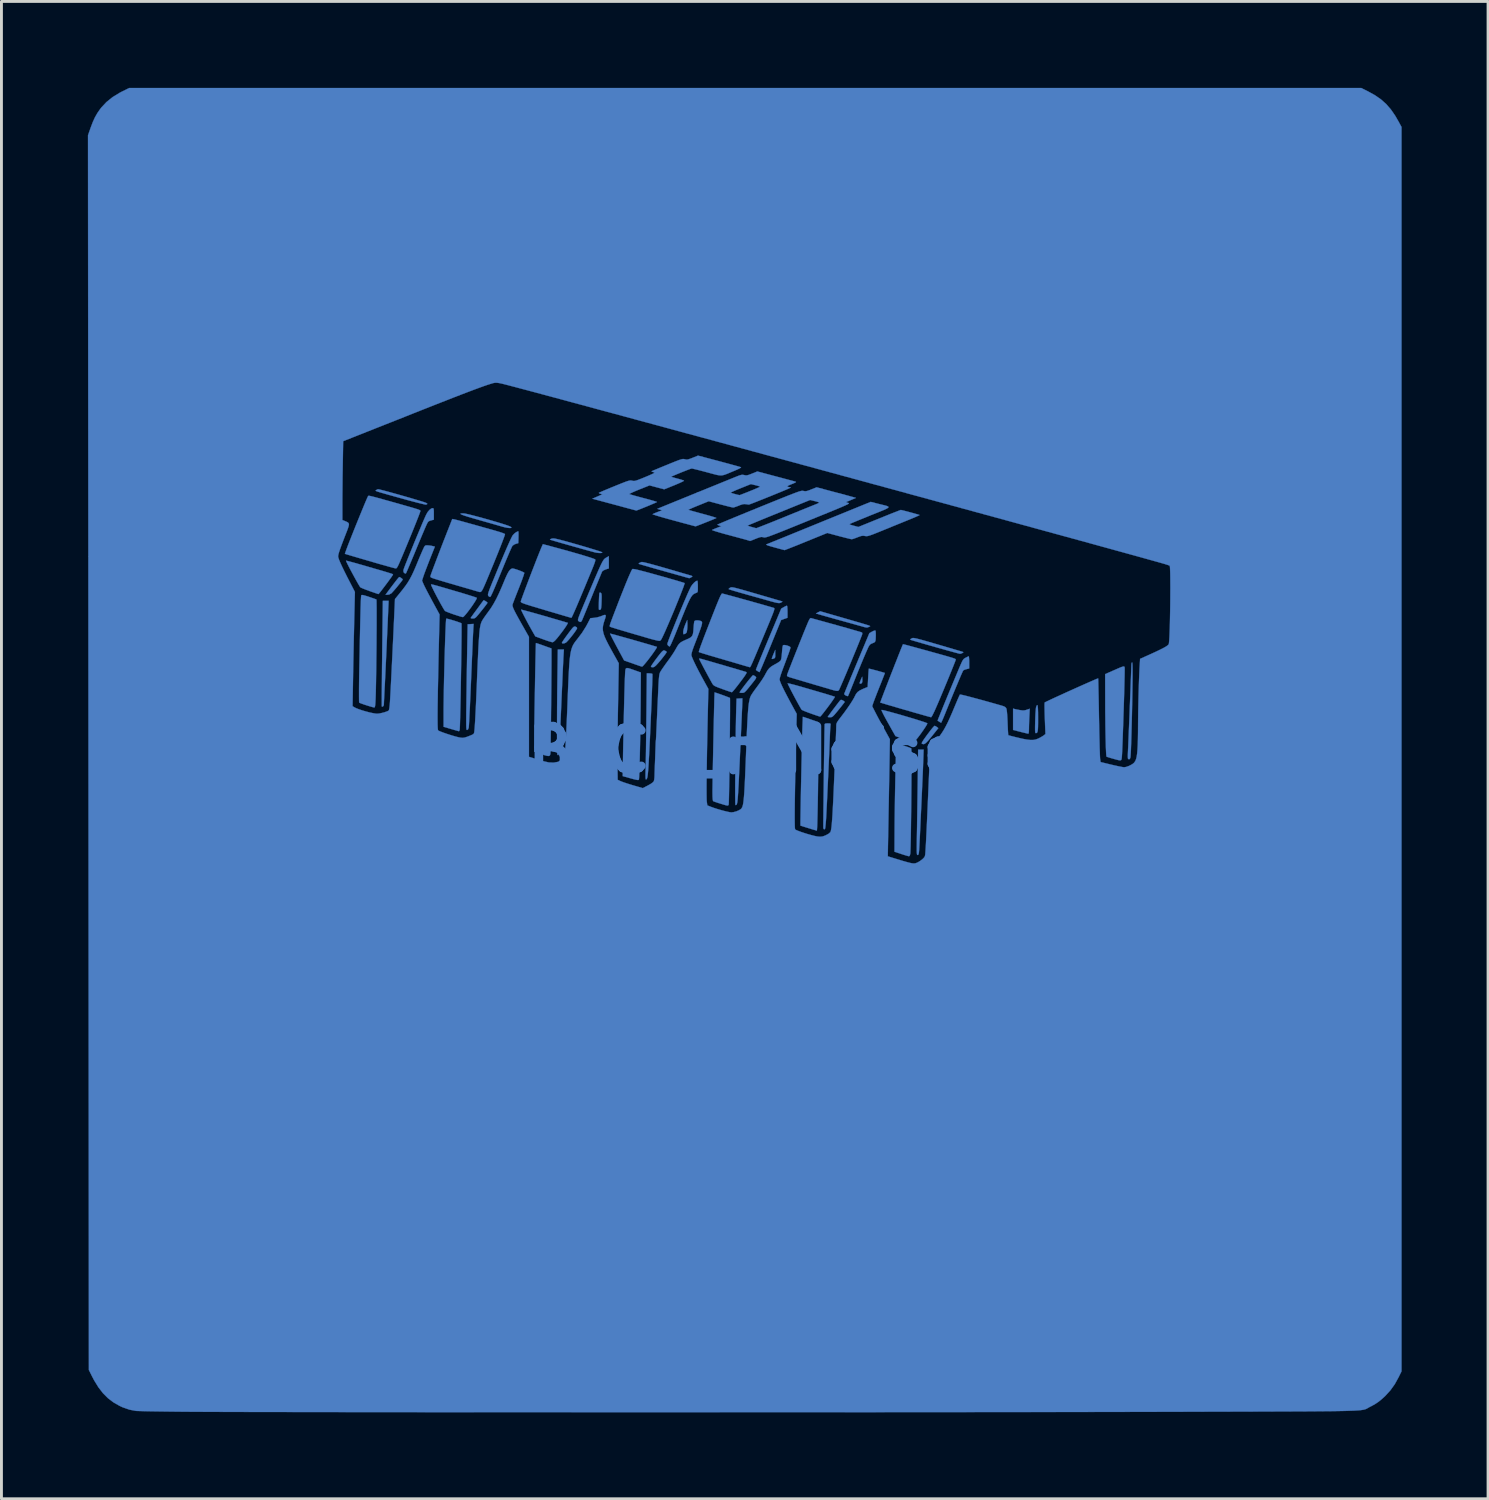
<source format=kicad_pcb>
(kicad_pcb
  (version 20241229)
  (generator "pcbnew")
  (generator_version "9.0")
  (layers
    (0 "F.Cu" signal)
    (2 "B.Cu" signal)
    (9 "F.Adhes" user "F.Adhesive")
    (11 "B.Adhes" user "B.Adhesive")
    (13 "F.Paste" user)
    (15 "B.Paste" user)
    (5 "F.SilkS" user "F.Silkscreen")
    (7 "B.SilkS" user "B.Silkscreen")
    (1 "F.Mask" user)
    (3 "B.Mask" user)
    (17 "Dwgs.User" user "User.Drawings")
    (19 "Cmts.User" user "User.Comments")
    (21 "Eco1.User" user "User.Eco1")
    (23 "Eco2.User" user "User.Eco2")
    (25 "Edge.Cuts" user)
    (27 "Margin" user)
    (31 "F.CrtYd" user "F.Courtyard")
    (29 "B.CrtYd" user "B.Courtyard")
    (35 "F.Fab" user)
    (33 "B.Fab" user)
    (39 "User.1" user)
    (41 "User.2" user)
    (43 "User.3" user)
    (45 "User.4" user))
  (footprint "B_Cu_mNoise"
    (layer "F.Cu")
    (at 22.805 22.992)
    (property "Reference" "B_Cu_mNoise" (at 0 0 0) (layer "B.Cu") (effects (font (size 1.524 1.524) (thickness 0.3))))
    (attr through_hole)
    (fp_poly (pts (xy 4.081 -2.447) (xy 4.079 -2.369) (xy 4.059 -2.325) (xy 4.017 -2.308) (xy 4.004 -2.307) (xy 3.986 -2.322) (xy 3.991 -2.353) (xy 4.01 -2.403) (xy 4.036 -2.465) (xy 4.04 -2.475) (xy 4.075 -2.551) (xy 4.081 -2.447)) (stroke (width 0.01) (type solid)) (fill yes) (layer "B.Cu"))
    (fp_poly (pts (xy 1.057 -3.341) (xy 1.057 -3.266) (xy 1.052 -3.222) (xy 1.037 -3.198) (xy 1.009 -3.183) (xy 0.994 -3.178) (xy 0.95 -3.165) (xy 0.937 -3.172) (xy 0.943 -3.202) (xy 0.959 -3.247) (xy 0.986 -3.314) (xy 1.007 -3.365) (xy 1.057 -3.482) (xy 1.057 -3.341)) (stroke (width 0.01) (type solid)) (fill yes) (layer "B.Cu"))
    (fp_poly (pts (xy -1.993 -4.424) (xy -1.992 -4.348) (xy -1.995 -4.255) (xy -2 -4.199) (xy -2.01 -4.124) (xy -2.024 -4.08) (xy -2.048 -4.055) (xy -2.066 -4.046) (xy -2.11 -4.027) (xy -2.131 -4.03) (xy -2.137 -4.063) (xy -2.138 -4.108) (xy -2.129 -4.174) (xy -2.104 -4.263) (xy -2.069 -4.357) (xy -2 -4.519) (xy -1.993 -4.424)) (stroke (width 0.01) (type solid)) (fill yes) (layer "B.Cu"))
    (fp_poly (pts (xy 6.623 -0.834) (xy 6.666 -0.806) (xy 6.718 -0.766) (xy 6.552 -0.558) (xy 6.452 -0.434) (xy 6.373 -0.34) (xy 6.311 -0.274) (xy 6.263 -0.233) (xy 6.223 -0.212) (xy 6.189 -0.21) (xy 6.156 -0.222) (xy 6.144 -0.229) (xy 6.142 -0.248) (xy 6.162 -0.29) (xy 6.205 -0.358) (xy 6.273 -0.455) (xy 6.339 -0.546) (xy 6.413 -0.643) (xy 6.479 -0.728) (xy 6.533 -0.793) (xy 6.571 -0.834) (xy 6.588 -0.846) (xy 6.623 -0.834)) (stroke (width 0.01) (type solid)) (fill yes) (layer "B.Cu"))
    (fp_poly (pts (xy -5.002 -5.464) (xy -4.986 -5.451) (xy -4.977 -5.428) (xy -4.971 -5.386) (xy -4.969 -5.32) (xy -4.971 -5.221) (xy -4.972 -5.172) (xy -4.977 -5.043) (xy -4.985 -4.951) (xy -4.995 -4.897) (xy -5.003 -4.885) (xy -5.042 -4.869) (xy -5.064 -4.88) (xy -5.067 -4.904) (xy -5.068 -4.961) (xy -5.068 -5.04) (xy -5.066 -5.133) (xy -5.063 -5.23) (xy -5.059 -5.321) (xy -5.054 -5.395) (xy -5.049 -5.445) (xy -5.047 -5.457) (xy -5.028 -5.474) (xy -5.002 -5.464)) (stroke (width 0.01) (type solid)) (fill yes) (layer "B.Cu"))
    (fp_poly (pts (xy -11.964 -6) (xy -11.923 -5.974) (xy -11.887 -5.945) (xy -11.874 -5.926) (xy -11.887 -5.903) (xy -11.922 -5.856) (xy -11.973 -5.791) (xy -12.034 -5.716) (xy -12.098 -5.637) (xy -12.162 -5.563) (xy -12.217 -5.5) (xy -12.259 -5.455) (xy -12.269 -5.445) (xy -12.344 -5.405) (xy -12.396 -5.397) (xy -12.471 -5.397) (xy -12.411 -5.479) (xy -12.303 -5.624) (xy -12.207 -5.751) (xy -12.127 -5.856) (xy -12.063 -5.937) (xy -12.019 -5.989) (xy -11.997 -6.011) (xy -11.995 -6.011) (xy -11.964 -6)) (stroke (width 0.01) (type solid)) (fill yes) (layer "B.Cu"))
    (fp_poly (pts (xy 9.361 -1.431) (xy 9.406 -1.42) (xy 9.477 -1.406) (xy 9.547 -1.393) (xy 9.632 -1.381) (xy 9.695 -1.381) (xy 9.755 -1.393) (xy 9.788 -1.404) (xy 9.891 -1.439) (xy 9.878 -1.169) (xy 9.872 -1.047) (xy 9.868 -0.922) (xy 9.865 -0.81) (xy 9.864 -0.736) (xy 9.861 -0.646) (xy 9.854 -0.593) (xy 9.841 -0.574) (xy 9.837 -0.574) (xy 9.807 -0.579) (xy 9.746 -0.594) (xy 9.661 -0.614) (xy 9.562 -0.639) (xy 9.562 -0.639) (xy 9.313 -0.703) (xy 9.313 -1.444) (xy 9.361 -1.431)) (stroke (width 0.01) (type solid)) (fill yes) (layer "B.Cu"))
    (fp_poly (pts (xy -2.762 -3.45) (xy -2.724 -3.426) (xy -2.71 -3.41) (xy -2.723 -3.385) (xy -2.757 -3.335) (xy -2.808 -3.267) (xy -2.869 -3.189) (xy -2.935 -3.108) (xy -3.001 -3.031) (xy -3.015 -3.015) (xy -3.08 -2.945) (xy -3.128 -2.903) (xy -3.167 -2.883) (xy -3.198 -2.879) (xy -3.242 -2.885) (xy -3.26 -2.901) (xy -3.247 -2.927) (xy -3.214 -2.978) (xy -3.166 -3.048) (xy -3.108 -3.128) (xy -3.045 -3.212) (xy -2.984 -3.292) (xy -2.929 -3.361) (xy -2.886 -3.411) (xy -2.87 -3.427) (xy -2.83 -3.46) (xy -2.798 -3.465) (xy -2.762 -3.45)) (stroke (width 0.01) (type solid)) (fill yes) (layer "B.Cu"))
    (fp_poly (pts (xy -5.89 -4.292) (xy -5.876 -4.289) (xy -5.831 -4.263) (xy -5.821 -4.234) (xy -5.834 -4.203) (xy -5.869 -4.148) (xy -5.919 -4.076) (xy -5.98 -3.996) (xy -6.045 -3.914) (xy -6.107 -3.839) (xy -6.162 -3.779) (xy -6.202 -3.74) (xy -6.208 -3.736) (xy -6.256 -3.713) (xy -6.305 -3.705) (xy -6.341 -3.712) (xy -6.35 -3.727) (xy -6.338 -3.752) (xy -6.305 -3.804) (xy -6.257 -3.874) (xy -6.197 -3.957) (xy -6.191 -3.965) (xy -6.106 -4.081) (xy -6.041 -4.166) (xy -5.994 -4.226) (xy -5.959 -4.264) (xy -5.933 -4.285) (xy -5.911 -4.293) (xy -5.89 -4.292)) (stroke (width 0.01) (type solid)) (fill yes) (layer "B.Cu"))
    (fp_poly (pts (xy 10.162 -1.554) (xy 10.171 -1.51) (xy 10.176 -1.431) (xy 10.18 -1.316) (xy 10.181 -1.161) (xy 10.181 -1.105) (xy 10.181 -0.944) (xy 10.179 -0.821) (xy 10.175 -0.73) (xy 10.167 -0.667) (xy 10.156 -0.626) (xy 10.141 -0.604) (xy 10.12 -0.594) (xy 10.1 -0.593) (xy 10.089 -0.598) (xy 10.082 -0.617) (xy 10.078 -0.656) (xy 10.076 -0.719) (xy 10.076 -0.811) (xy 10.079 -0.938) (xy 10.081 -1.021) (xy 10.085 -1.156) (xy 10.091 -1.278) (xy 10.099 -1.383) (xy 10.106 -1.461) (xy 10.114 -1.505) (xy 10.115 -1.508) (xy 10.134 -1.551) (xy 10.15 -1.567) (xy 10.162 -1.554)) (stroke (width 0.01) (type solid)) (fill yes) (layer "B.Cu"))
    (fp_poly (pts (xy -9.048 -5.2) (xy -9.009 -5.18) (xy -8.967 -5.152) (xy -8.938 -5.127) (xy -8.932 -5.117) (xy -8.945 -5.095) (xy -8.98 -5.047) (xy -9.033 -4.977) (xy -9.099 -4.893) (xy -9.145 -4.836) (xy -9.225 -4.737) (xy -9.284 -4.667) (xy -9.327 -4.62) (xy -9.36 -4.592) (xy -9.388 -4.578) (xy -9.416 -4.573) (xy -9.442 -4.572) (xy -9.497 -4.576) (xy -9.515 -4.588) (xy -9.512 -4.598) (xy -9.496 -4.621) (xy -9.46 -4.671) (xy -9.41 -4.741) (xy -9.349 -4.823) (xy -9.284 -4.912) (xy -9.219 -5.001) (xy -9.16 -5.081) (xy -9.112 -5.146) (xy -9.079 -5.19) (xy -9.069 -5.204) (xy -9.048 -5.2)) (stroke (width 0.01) (type solid)) (fill yes) (layer "B.Cu"))
    (fp_poly (pts (xy 0.321 -2.591) (xy 0.361 -2.565) (xy 0.381 -2.548) (xy 0.392 -2.532) (xy 0.393 -2.512) (xy 0.379 -2.483) (xy 0.349 -2.438) (xy 0.299 -2.374) (xy 0.228 -2.285) (xy 0.18 -2.226) (xy 0.105 -2.133) (xy 0.05 -2.069) (xy 0.01 -2.028) (xy -0.021 -2.004) (xy -0.05 -1.993) (xy -0.082 -1.99) (xy -0.102 -1.99) (xy -0.159 -1.993) (xy -0.18 -2.004) (xy -0.177 -2.016) (xy -0.144 -2.066) (xy -0.095 -2.134) (xy -0.034 -2.215) (xy 0.033 -2.303) (xy 0.102 -2.39) (xy 0.166 -2.47) (xy 0.222 -2.536) (xy 0.263 -2.583) (xy 0.285 -2.603) (xy 0.286 -2.603) (xy 0.321 -2.591)) (stroke (width 0.01) (type solid)) (fill yes) (layer "B.Cu"))
    (fp_poly (pts (xy 3.372 -1.742) (xy 3.407 -1.726) (xy 3.449 -1.698) (xy 3.468 -1.675) (xy 3.467 -1.672) (xy 3.452 -1.65) (xy 3.415 -1.602) (xy 3.36 -1.532) (xy 3.293 -1.449) (xy 3.252 -1.398) (xy 3.173 -1.302) (xy 3.114 -1.233) (xy 3.071 -1.188) (xy 3.038 -1.161) (xy 3.01 -1.148) (xy 2.981 -1.143) (xy 2.961 -1.143) (xy 2.909 -1.146) (xy 2.88 -1.153) (xy 2.879 -1.155) (xy 2.891 -1.175) (xy 2.924 -1.221) (xy 2.972 -1.287) (xy 3.031 -1.367) (xy 3.095 -1.452) (xy 3.16 -1.537) (xy 3.22 -1.615) (xy 3.269 -1.679) (xy 3.304 -1.722) (xy 3.313 -1.732) (xy 3.338 -1.748) (xy 3.372 -1.742)) (stroke (width 0.01) (type solid)) (fill yes) (layer "B.Cu"))
    (fp_poly (pts (xy 1.471 -4.997) (xy 1.477 -4.944) (xy 1.481 -4.867) (xy 1.482 -4.807) (xy 1.482 -4.598) (xy 1.261 -4.519) (xy 0.892 -3.614) (xy 0.817 -3.43) (xy 0.746 -3.258) (xy 0.681 -3.103) (xy 0.625 -2.968) (xy 0.577 -2.858) (xy 0.541 -2.775) (xy 0.518 -2.724) (xy 0.51 -2.709) (xy 0.484 -2.72) (xy 0.444 -2.745) (xy 0.405 -2.771) (xy 0.386 -2.784) (xy 0.39 -2.803) (xy 0.41 -2.857) (xy 0.445 -2.947) (xy 0.496 -3.072) (xy 0.562 -3.234) (xy 0.644 -3.433) (xy 0.743 -3.669) (xy 0.857 -3.943) (xy 0.938 -4.135) (xy 1.265 -4.915) (xy 1.354 -4.966) (xy 1.41 -4.996) (xy 1.452 -5.014) (xy 1.463 -5.016) (xy 1.471 -4.997)) (stroke (width 0.01) (type solid)) (fill yes) (layer "B.Cu"))
    (fp_poly (pts (xy 3.346 -4.612) (xy 3.578 -4.545) (xy 3.773 -4.488) (xy 3.933 -4.442) (xy 4.062 -4.404) (xy 4.162 -4.374) (xy 4.238 -4.351) (xy 4.292 -4.334) (xy 4.326 -4.321) (xy 4.345 -4.311) (xy 4.352 -4.305) (xy 4.348 -4.299) (xy 4.339 -4.294) (xy 4.326 -4.289) (xy 4.317 -4.285) (xy 4.272 -4.264) (xy 4.229 -4.259) (xy 4.172 -4.268) (xy 4.106 -4.286) (xy 4.062 -4.299) (xy 3.983 -4.321) (xy 3.875 -4.351) (xy 3.744 -4.388) (xy 3.597 -4.429) (xy 3.438 -4.472) (xy 3.387 -4.487) (xy 3.223 -4.532) (xy 3.065 -4.576) (xy 2.92 -4.617) (xy 2.794 -4.652) (xy 2.695 -4.68) (xy 2.627 -4.7) (xy 2.616 -4.703) (xy 2.47 -4.748) (xy 2.543 -4.785) (xy 2.617 -4.823) (xy 3.346 -4.612)) (stroke (width 0.01) (type solid)) (fill yes) (layer "B.Cu"))
    (fp_poly (pts (xy -9.756 -8.22) (xy -9.709 -8.213) (xy -9.628 -8.196) (xy -9.518 -8.17) (xy -9.385 -8.136) (xy -9.236 -8.096) (xy -9.075 -8.052) (xy -8.909 -8.006) (xy -8.744 -7.958) (xy -8.585 -7.912) (xy -8.439 -7.867) (xy -8.311 -7.826) (xy -8.248 -7.805) (xy -8.162 -7.772) (xy -8.113 -7.745) (xy -8.1 -7.726) (xy -8.118 -7.715) (xy -8.163 -7.712) (xy -8.233 -7.719) (xy -8.323 -7.736) (xy -8.43 -7.763) (xy -8.445 -7.768) (xy -8.518 -7.789) (xy -8.625 -7.82) (xy -8.757 -7.858) (xy -8.908 -7.901) (xy -9.071 -7.947) (xy -9.238 -7.995) (xy -9.266 -8.003) (xy -9.462 -8.059) (xy -9.617 -8.105) (xy -9.735 -8.143) (xy -9.815 -8.172) (xy -9.86 -8.194) (xy -9.871 -8.209) (xy -9.85 -8.218) (xy -9.797 -8.221) (xy -9.756 -8.22)) (stroke (width 0.01) (type solid)) (fill yes) (layer "B.Cu"))
    (fp_poly (pts (xy -7.743 -4.875) (xy -7.684 -4.861) (xy -7.593 -4.837) (xy -7.474 -4.805) (xy -7.332 -4.766) (xy -7.17 -4.72) (xy -6.994 -4.67) (xy -6.808 -4.616) (xy -6.615 -4.559) (xy -6.589 -4.552) (xy -6.14 -4.419) (xy -6.169 -4.363) (xy -6.202 -4.307) (xy -6.257 -4.227) (xy -6.328 -4.129) (xy -6.409 -4.022) (xy -6.495 -3.913) (xy -6.514 -3.889) (xy -6.587 -3.807) (xy -6.641 -3.76) (xy -6.675 -3.747) (xy -6.711 -3.755) (xy -6.778 -3.774) (xy -6.867 -3.803) (xy -6.969 -3.839) (xy -6.996 -3.849) (xy -7.271 -3.95) (xy -7.374 -4.129) (xy -7.427 -4.224) (xy -7.486 -4.33) (xy -7.547 -4.442) (xy -7.606 -4.554) (xy -7.66 -4.658) (xy -7.706 -4.748) (xy -7.741 -4.819) (xy -7.762 -4.864) (xy -7.765 -4.878) (xy -7.743 -4.875)) (stroke (width 0.01) (type solid)) (fill yes) (layer "B.Cu"))
    (fp_poly (pts (xy -12.696 -9.054) (xy -12.627 -9.037) (xy -12.528 -9.012) (xy -12.405 -8.979) (xy -12.263 -8.94) (xy -12.108 -8.897) (xy -11.944 -8.851) (xy -11.779 -8.804) (xy -11.616 -8.757) (xy -11.462 -8.711) (xy -11.321 -8.669) (xy -11.2 -8.632) (xy -11.139 -8.612) (xy -11.061 -8.583) (xy -11.024 -8.56) (xy -11.027 -8.541) (xy -11.066 -8.525) (xy -11.094 -8.528) (xy -11.159 -8.542) (xy -11.255 -8.565) (xy -11.376 -8.595) (xy -11.52 -8.633) (xy -11.679 -8.675) (xy -11.844 -8.721) (xy -12.072 -8.784) (xy -12.262 -8.837) (xy -12.417 -8.88) (xy -12.542 -8.916) (xy -12.639 -8.944) (xy -12.711 -8.965) (xy -12.761 -8.982) (xy -12.794 -8.994) (xy -12.811 -9.004) (xy -12.816 -9.011) (xy -12.813 -9.018) (xy -12.804 -9.024) (xy -12.795 -9.03) (xy -12.753 -9.053) (xy -12.73 -9.059) (xy -12.696 -9.054)) (stroke (width 0.01) (type solid)) (fill yes) (layer "B.Cu"))
    (fp_poly (pts (xy 4.766 -1.396) (xy 4.823 -1.385) (xy 4.909 -1.364) (xy 5.02 -1.335) (xy 5.15 -1.299) (xy 5.294 -1.259) (xy 5.446 -1.216) (xy 5.601 -1.17) (xy 5.755 -1.125) (xy 5.901 -1.081) (xy 6.034 -1.039) (xy 6.15 -1.002) (xy 6.242 -0.972) (xy 6.305 -0.948) (xy 6.335 -0.934) (xy 6.335 -0.933) (xy 6.33 -0.911) (xy 6.304 -0.861) (xy 6.26 -0.791) (xy 6.204 -0.707) (xy 6.14 -0.615) (xy 6.073 -0.523) (xy 6.007 -0.436) (xy 5.946 -0.362) (xy 5.916 -0.327) (xy 5.853 -0.258) (xy 5.757 -0.29) (xy 5.697 -0.312) (xy 5.61 -0.344) (xy 5.511 -0.381) (xy 5.446 -0.406) (xy 5.229 -0.49) (xy 5.084 -0.748) (xy 4.979 -0.936) (xy 4.894 -1.089) (xy 4.829 -1.21) (xy 4.784 -1.299) (xy 4.756 -1.359) (xy 4.745 -1.391) (xy 4.745 -1.396) (xy 4.766 -1.396)) (stroke (width 0.01) (type solid)) (fill yes) (layer "B.Cu"))
    (fp_poly (pts (xy -12.374 -4.969) (xy -12.377 -4.902) (xy -12.381 -4.798) (xy -12.387 -4.664) (xy -12.394 -4.503) (xy -12.402 -4.322) (xy -12.411 -4.126) (xy -12.42 -3.921) (xy -12.426 -3.778) (xy -12.436 -3.551) (xy -12.447 -3.313) (xy -12.458 -3.073) (xy -12.469 -2.84) (xy -12.479 -2.62) (xy -12.489 -2.424) (xy -12.497 -2.258) (xy -12.5 -2.212) (xy -12.508 -2.056) (xy -12.515 -1.912) (xy -12.521 -1.786) (xy -12.526 -1.684) (xy -12.529 -1.612) (xy -12.531 -1.575) (xy -12.531 -1.574) (xy -12.543 -1.537) (xy -12.569 -1.513) (xy -12.595 -1.512) (xy -12.602 -1.52) (xy -12.603 -1.543) (xy -12.603 -1.605) (xy -12.603 -1.703) (xy -12.603 -1.835) (xy -12.602 -1.996) (xy -12.6 -2.184) (xy -12.598 -2.396) (xy -12.596 -2.629) (xy -12.594 -2.88) (xy -12.59 -3.145) (xy -12.588 -3.36) (xy -12.565 -5.186) (xy -12.364 -5.186) (xy -12.374 -4.969)) (stroke (width 0.01) (type solid)) (fill yes) (layer "B.Cu"))
    (fp_poly (pts (xy -6.584 -7.344) (xy -6.507 -7.327) (xy -6.4 -7.301) (xy -6.365 -7.291) (xy -6.223 -7.254) (xy -6.069 -7.211) (xy -5.907 -7.165) (xy -5.743 -7.118) (xy -5.582 -7.071) (xy -5.428 -7.025) (xy -5.287 -6.982) (xy -5.163 -6.944) (xy -5.063 -6.912) (xy -4.991 -6.887) (xy -4.952 -6.871) (xy -4.947 -6.867) (xy -4.961 -6.851) (xy -5.008 -6.844) (xy -5.076 -6.847) (xy -5.157 -6.857) (xy -5.207 -6.868) (xy -5.259 -6.882) (xy -5.343 -6.905) (xy -5.454 -6.935) (xy -5.584 -6.971) (xy -5.73 -7.012) (xy -5.883 -7.055) (xy -6.04 -7.099) (xy -6.194 -7.143) (xy -6.34 -7.184) (xy -6.471 -7.222) (xy -6.582 -7.254) (xy -6.666 -7.279) (xy -6.719 -7.295) (xy -6.733 -7.299) (xy -6.762 -7.312) (xy -6.759 -7.322) (xy -6.72 -7.338) (xy -6.712 -7.341) (xy -6.678 -7.349) (xy -6.638 -7.351) (xy -6.584 -7.344)) (stroke (width 0.01) (type solid)) (fill yes) (layer "B.Cu"))
    (fp_poly (pts (xy -3.545 -6.53) (xy -3.471 -6.515) (xy -3.358 -6.488) (xy -3.209 -6.448) (xy -3.022 -6.396) (xy -2.801 -6.333) (xy -2.713 -6.308) (xy -2.533 -6.255) (xy -2.365 -6.206) (xy -2.214 -6.162) (xy -2.083 -6.124) (xy -1.978 -6.094) (xy -1.903 -6.072) (xy -1.862 -6.06) (xy -1.857 -6.059) (xy -1.826 -6.043) (xy -1.82 -6.033) (xy -1.837 -6.017) (xy -1.873 -5.994) (xy -1.912 -5.976) (xy -1.932 -5.971) (xy -1.953 -5.977) (xy -2.01 -5.993) (xy -2.1 -6.018) (xy -2.217 -6.052) (xy -2.359 -6.091) (xy -2.52 -6.137) (xy -2.697 -6.186) (xy -2.805 -6.216) (xy -2.989 -6.268) (xy -3.16 -6.316) (xy -3.314 -6.36) (xy -3.447 -6.399) (xy -3.554 -6.43) (xy -3.631 -6.453) (xy -3.675 -6.466) (xy -3.682 -6.469) (xy -3.677 -6.487) (xy -3.642 -6.51) (xy -3.59 -6.53) (xy -3.581 -6.533) (xy -3.545 -6.53)) (stroke (width 0.01) (type solid)) (fill yes) (layer "B.Cu"))
    (fp_poly (pts (xy -4.61 -4.032) (xy -4.571 -4.022) (xy -4.499 -4.003) (xy -4.4 -3.975) (xy -4.279 -3.941) (xy -4.141 -3.903) (xy -3.993 -3.861) (xy -3.838 -3.817) (xy -3.684 -3.773) (xy -3.535 -3.73) (xy -3.396 -3.69) (xy -3.274 -3.654) (xy -3.173 -3.624) (xy -3.099 -3.602) (xy -3.057 -3.589) (xy -3.05 -3.586) (xy -3.056 -3.564) (xy -3.084 -3.515) (xy -3.129 -3.446) (xy -3.187 -3.363) (xy -3.254 -3.271) (xy -3.325 -3.178) (xy -3.394 -3.089) (xy -3.458 -3.011) (xy -3.511 -2.95) (xy -3.549 -2.911) (xy -3.566 -2.901) (xy -3.598 -2.909) (xy -3.653 -2.926) (xy -3.672 -2.933) (xy -3.728 -2.953) (xy -3.812 -2.982) (xy -3.909 -3.017) (xy -3.973 -3.039) (xy -4.189 -3.115) (xy -4.357 -3.426) (xy -4.42 -3.544) (xy -4.484 -3.663) (xy -4.541 -3.772) (xy -4.587 -3.86) (xy -4.603 -3.891) (xy -4.68 -4.047) (xy -4.61 -4.032)) (stroke (width 0.01) (type solid)) (fill yes) (layer "B.Cu"))
    (fp_poly (pts (xy 5.886 -3.891) (xy 5.927 -3.883) (xy 5.983 -3.871) (xy 6.055 -3.852) (xy 6.147 -3.828) (xy 6.26 -3.796) (xy 6.399 -3.756) (xy 6.565 -3.708) (xy 6.762 -3.651) (xy 6.991 -3.583) (xy 7.257 -3.505) (xy 7.491 -3.436) (xy 7.555 -3.417) (xy 7.584 -3.404) (xy 7.582 -3.392) (xy 7.557 -3.375) (xy 7.555 -3.374) (xy 7.505 -3.353) (xy 7.472 -3.346) (xy 7.445 -3.352) (xy 7.382 -3.368) (xy 7.288 -3.393) (xy 7.166 -3.427) (xy 7.022 -3.466) (xy 6.859 -3.512) (xy 6.684 -3.561) (xy 6.625 -3.578) (xy 6.445 -3.629) (xy 6.277 -3.677) (xy 6.125 -3.721) (xy 5.994 -3.759) (xy 5.889 -3.79) (xy 5.814 -3.812) (xy 5.773 -3.825) (xy 5.768 -3.827) (xy 5.743 -3.841) (xy 5.749 -3.855) (xy 5.789 -3.878) (xy 5.792 -3.88) (xy 5.805 -3.887) (xy 5.818 -3.892) (xy 5.834 -3.894) (xy 5.855 -3.895) (xy 5.886 -3.891)) (stroke (width 0.01) (type solid)) (fill yes) (layer "B.Cu"))
    (fp_poly (pts (xy -6.293 -3.286) (xy -6.297 -3.23) (xy -6.301 -3.136) (xy -6.307 -3.008) (xy -6.315 -2.85) (xy -6.323 -2.664) (xy -6.332 -2.457) (xy -6.342 -2.231) (xy -6.353 -1.991) (xy -6.364 -1.74) (xy -6.371 -1.566) (xy -6.385 -1.251) (xy -6.397 -0.975) (xy -6.407 -0.737) (xy -6.416 -0.533) (xy -6.425 -0.361) (xy -6.432 -0.219) (xy -6.439 -0.103) (xy -6.445 -0.012) (xy -6.451 0.058) (xy -6.457 0.109) (xy -6.464 0.143) (xy -6.47 0.163) (xy -6.478 0.172) (xy -6.486 0.172) (xy -6.495 0.165) (xy -6.505 0.155) (xy -6.505 0.155) (xy -6.509 0.131) (xy -6.512 0.067) (xy -6.515 -0.033) (xy -6.517 -0.166) (xy -6.518 -0.329) (xy -6.519 -0.519) (xy -6.519 -0.732) (xy -6.518 -0.966) (xy -6.517 -1.217) (xy -6.516 -1.482) (xy -6.513 -1.759) (xy -6.511 -2.043) (xy -6.507 -2.333) (xy -6.505 -2.473) (xy -6.491 -3.493) (xy -6.28 -3.493) (xy -6.293 -3.286)) (stroke (width 0.01) (type solid)) (fill yes) (layer "B.Cu"))
    (fp_poly (pts (xy -0.417 -5.652) (xy -0.37 -5.643) (xy -0.305 -5.628) (xy -0.219 -5.605) (xy -0.109 -5.575) (xy 0.031 -5.535) (xy 0.204 -5.485) (xy 0.397 -5.429) (xy 0.579 -5.376) (xy 0.75 -5.326) (xy 0.905 -5.281) (xy 1.038 -5.242) (xy 1.147 -5.21) (xy 1.226 -5.187) (xy 1.271 -5.174) (xy 1.279 -5.172) (xy 1.305 -5.161) (xy 1.297 -5.148) (xy 1.268 -5.131) (xy 1.238 -5.116) (xy 1.206 -5.108) (xy 1.166 -5.108) (xy 1.111 -5.116) (xy 1.034 -5.134) (xy 0.929 -5.162) (xy 0.836 -5.188) (xy 0.73 -5.218) (xy 0.593 -5.257) (xy 0.436 -5.301) (xy 0.267 -5.348) (xy 0.098 -5.395) (xy 0 -5.423) (xy -0.145 -5.464) (xy -0.276 -5.502) (xy -0.389 -5.535) (xy -0.477 -5.562) (xy -0.536 -5.581) (xy -0.558 -5.59) (xy -0.554 -5.608) (xy -0.52 -5.634) (xy -0.511 -5.64) (xy -0.493 -5.648) (xy -0.475 -5.653) (xy -0.45 -5.655) (xy -0.417 -5.652)) (stroke (width 0.01) (type solid)) (fill yes) (layer "B.Cu"))
    (fp_poly (pts (xy 6.194 0.376) (xy 6.19 0.479) (xy 6.185 0.619) (xy 6.178 0.79) (xy 6.169 0.988) (xy 6.159 1.205) (xy 6.149 1.438) (xy 6.138 1.681) (xy 6.127 1.928) (xy 6.115 2.173) (xy 6.104 2.412) (xy 6.094 2.639) (xy 6.084 2.848) (xy 6.075 3.034) (xy 6.067 3.191) (xy 6.061 3.315) (xy 6.058 3.364) (xy 6.051 3.475) (xy 6.044 3.551) (xy 6.036 3.598) (xy 6.026 3.624) (xy 6.011 3.635) (xy 6.003 3.637) (xy 5.993 3.638) (xy 5.984 3.633) (xy 5.978 3.618) (xy 5.974 3.59) (xy 5.971 3.545) (xy 5.969 3.478) (xy 5.969 3.385) (xy 5.97 3.263) (xy 5.972 3.108) (xy 5.975 2.916) (xy 5.976 2.854) (xy 5.98 2.659) (xy 5.983 2.431) (xy 5.987 2.18) (xy 5.991 1.914) (xy 5.995 1.643) (xy 5.999 1.377) (xy 6.002 1.124) (xy 6.004 1.021) (xy 6.017 -0.021) (xy 6.208 -0.021) (xy 6.194 0.376)) (stroke (width 0.01) (type solid)) (fill yes) (layer "B.Cu"))
    (fp_poly (pts (xy -4.047 -2.848) (xy -3.969 -2.825) (xy -3.858 -2.786) (xy -3.831 -2.776) (xy -3.609 -2.697) (xy -3.615 -1.798) (xy -3.617 -1.529) (xy -3.62 -1.256) (xy -3.623 -0.984) (xy -3.627 -0.716) (xy -3.631 -0.455) (xy -3.636 -0.204) (xy -3.641 0.032) (xy -3.646 0.252) (xy -3.651 0.451) (xy -3.656 0.625) (xy -3.661 0.772) (xy -3.666 0.889) (xy -3.67 0.971) (xy -3.675 1.016) (xy -3.677 1.023) (xy -3.691 1.033) (xy -3.721 1.035) (xy -3.773 1.026) (xy -3.853 1.007) (xy -3.967 0.976) (xy -4.239 0.9) (xy -4.226 0.116) (xy -4.221 -0.155) (xy -4.215 -0.433) (xy -4.209 -0.712) (xy -4.203 -0.988) (xy -4.197 -1.258) (xy -4.191 -1.516) (xy -4.185 -1.759) (xy -4.179 -1.982) (xy -4.173 -2.182) (xy -4.168 -2.353) (xy -4.163 -2.492) (xy -4.158 -2.594) (xy -4.157 -2.619) (xy -4.152 -2.721) (xy -4.144 -2.792) (xy -4.129 -2.835) (xy -4.098 -2.852) (xy -4.047 -2.848)) (stroke (width 0.01) (type solid)) (fill yes) (layer "B.Cu"))
    (fp_poly (pts (xy 4.534 -4.153) (xy 4.542 -4.124) (xy 4.546 -4.065) (xy 4.547 -3.984) (xy 4.546 -3.948) (xy 4.543 -3.856) (xy 4.535 -3.797) (xy 4.518 -3.76) (xy 4.486 -3.735) (xy 4.433 -3.713) (xy 4.405 -3.702) (xy 4.36 -3.678) (xy 4.324 -3.639) (xy 4.287 -3.574) (xy 4.275 -3.547) (xy 4.209 -3.399) (xy 4.131 -3.216) (xy 4.042 -3.004) (xy 3.945 -2.769) (xy 3.843 -2.515) (xy 3.789 -2.381) (xy 3.735 -2.246) (xy 3.686 -2.125) (xy 3.644 -2.022) (xy 3.61 -1.943) (xy 3.589 -1.894) (xy 3.581 -1.88) (xy 3.554 -1.879) (xy 3.51 -1.896) (xy 3.508 -1.897) (xy 3.468 -1.925) (xy 3.45 -1.95) (xy 3.45 -1.95) (xy 3.458 -1.973) (xy 3.481 -2.032) (xy 3.517 -2.122) (xy 3.565 -2.241) (xy 3.624 -2.383) (xy 3.691 -2.547) (xy 3.766 -2.727) (xy 3.847 -2.921) (xy 3.888 -3.019) (xy 4.325 -4.064) (xy 4.421 -4.118) (xy 4.479 -4.145) (xy 4.522 -4.156) (xy 4.534 -4.153)) (stroke (width 0.01) (type solid)) (fill yes) (layer "B.Cu"))
    (fp_poly (pts (xy -9.427 -4.166) (xy -9.43 -4.108) (xy -9.435 -4.013) (xy -9.441 -3.883) (xy -9.448 -3.722) (xy -9.456 -3.536) (xy -9.465 -3.326) (xy -9.475 -3.098) (xy -9.485 -2.856) (xy -9.496 -2.603) (xy -9.504 -2.402) (xy -9.515 -2.149) (xy -9.525 -1.906) (xy -9.536 -1.678) (xy -9.545 -1.467) (xy -9.555 -1.279) (xy -9.563 -1.115) (xy -9.57 -0.98) (xy -9.576 -0.877) (xy -9.581 -0.81) (xy -9.584 -0.783) (xy -9.607 -0.724) (xy -9.638 -0.702) (xy -9.647 -0.702) (xy -9.654 -0.706) (xy -9.66 -0.719) (xy -9.664 -0.744) (xy -9.668 -0.784) (xy -9.67 -0.841) (xy -9.671 -0.92) (xy -9.671 -1.024) (xy -9.67 -1.156) (xy -9.669 -1.32) (xy -9.666 -1.518) (xy -9.663 -1.753) (xy -9.662 -1.845) (xy -9.658 -2.091) (xy -9.655 -2.347) (xy -9.651 -2.607) (xy -9.647 -2.862) (xy -9.643 -3.105) (xy -9.639 -3.329) (xy -9.636 -3.525) (xy -9.633 -3.683) (xy -9.62 -4.371) (xy -9.517 -4.377) (xy -9.414 -4.384) (xy -9.427 -4.166)) (stroke (width 0.01) (type solid)) (fill yes) (layer "B.Cu"))
    (fp_poly (pts (xy -3.252 -2.663) (xy -3.214 -2.652) (xy -3.208 -2.648) (xy -3.207 -2.623) (xy -3.207 -2.561) (xy -3.21 -2.464) (xy -3.213 -2.336) (xy -3.219 -2.181) (xy -3.225 -2.004) (xy -3.233 -1.807) (xy -3.241 -1.595) (xy -3.251 -1.372) (xy -3.261 -1.142) (xy -3.271 -0.908) (xy -3.282 -0.674) (xy -3.292 -0.444) (xy -3.303 -0.222) (xy -3.313 -0.012) (xy -3.323 0.182) (xy -3.333 0.356) (xy -3.334 0.377) (xy -3.345 0.562) (xy -3.355 0.709) (xy -3.366 0.822) (xy -3.376 0.904) (xy -3.388 0.961) (xy -3.402 0.995) (xy -3.418 1.012) (xy -3.433 1.016) (xy -3.441 1.002) (xy -3.446 0.957) (xy -3.448 0.878) (xy -3.447 0.763) (xy -3.443 0.609) (xy -3.443 0.609) (xy -3.44 0.516) (xy -3.437 0.385) (xy -3.434 0.222) (xy -3.431 0.031) (xy -3.428 -0.182) (xy -3.425 -0.414) (xy -3.422 -0.658) (xy -3.419 -0.911) (xy -3.416 -1.167) (xy -3.415 -1.233) (xy -3.401 -2.667) (xy -3.311 -2.667) (xy -3.252 -2.663)) (stroke (width 0.01) (type solid)) (fill yes) (layer "B.Cu"))
    (fp_poly (pts (xy 1.511 -2.319) (xy 1.568 -2.307) (xy 1.65 -2.287) (xy 1.752 -2.26) (xy 1.813 -2.243) (xy 1.999 -2.19) (xy 2.185 -2.136) (xy 2.367 -2.083) (xy 2.539 -2.033) (xy 2.698 -1.986) (xy 2.838 -1.945) (xy 2.956 -1.909) (xy 3.046 -1.881) (xy 3.105 -1.862) (xy 3.127 -1.854) (xy 3.119 -1.834) (xy 3.09 -1.787) (xy 3.043 -1.719) (xy 2.985 -1.636) (xy 2.918 -1.545) (xy 2.849 -1.452) (xy 2.78 -1.362) (xy 2.718 -1.282) (xy 2.667 -1.219) (xy 2.631 -1.178) (xy 2.615 -1.165) (xy 2.588 -1.173) (xy 2.529 -1.192) (xy 2.446 -1.22) (xy 2.345 -1.255) (xy 2.297 -1.272) (xy 2.19 -1.311) (xy 2.097 -1.347) (xy 2.026 -1.377) (xy 1.983 -1.398) (xy 1.976 -1.403) (xy 1.956 -1.431) (xy 1.922 -1.489) (xy 1.877 -1.569) (xy 1.823 -1.667) (xy 1.764 -1.775) (xy 1.703 -1.889) (xy 1.644 -2.001) (xy 1.59 -2.105) (xy 1.545 -2.195) (xy 1.51 -2.265) (xy 1.491 -2.309) (xy 1.488 -2.32) (xy 1.511 -2.319)) (stroke (width 0.01) (type solid)) (fill yes) (layer "B.Cu"))
    (fp_poly (pts (xy -10.869 -5.754) (xy -10.841 -5.749) (xy -10.797 -5.739) (xy -10.735 -5.722) (xy -10.65 -5.699) (xy -10.539 -5.667) (xy -10.398 -5.626) (xy -10.225 -5.575) (xy -10.015 -5.513) (xy -9.97 -5.5) (xy -9.811 -5.453) (xy -9.665 -5.409) (xy -9.538 -5.369) (xy -9.433 -5.336) (xy -9.356 -5.31) (xy -9.312 -5.294) (xy -9.304 -5.29) (xy -9.307 -5.266) (xy -9.332 -5.215) (xy -9.375 -5.144) (xy -9.431 -5.059) (xy -9.494 -4.967) (xy -9.562 -4.875) (xy -9.628 -4.788) (xy -9.689 -4.713) (xy -9.74 -4.656) (xy -9.776 -4.624) (xy -9.785 -4.62) (xy -9.814 -4.625) (xy -9.874 -4.641) (xy -9.958 -4.667) (xy -10.059 -4.7) (xy -10.097 -4.712) (xy -10.201 -4.749) (xy -10.292 -4.783) (xy -10.362 -4.811) (xy -10.401 -4.83) (xy -10.407 -4.834) (xy -10.43 -4.865) (xy -10.467 -4.925) (xy -10.514 -5.007) (xy -10.57 -5.106) (xy -10.629 -5.216) (xy -10.69 -5.33) (xy -10.748 -5.441) (xy -10.801 -5.545) (xy -10.844 -5.634) (xy -10.876 -5.702) (xy -10.891 -5.743) (xy -10.892 -5.752) (xy -10.885 -5.755) (xy -10.869 -5.754)) (stroke (width 0.01) (type solid)) (fill yes) (layer "B.Cu"))
    (fp_poly (pts (xy -7.859 -7.579) (xy -7.856 -7.526) (xy -7.856 -7.449) (xy -7.857 -7.393) (xy -7.863 -7.187) (xy -7.947 -7.164) (xy -8.011 -7.136) (xy -8.062 -7.097) (xy -8.069 -7.089) (xy -8.086 -7.058) (xy -8.116 -6.992) (xy -8.159 -6.897) (xy -8.21 -6.778) (xy -8.269 -6.639) (xy -8.333 -6.486) (xy -8.38 -6.371) (xy -8.479 -6.131) (xy -8.563 -5.927) (xy -8.634 -5.757) (xy -8.692 -5.62) (xy -8.739 -5.511) (xy -8.776 -5.43) (xy -8.804 -5.372) (xy -8.824 -5.337) (xy -8.837 -5.321) (xy -8.84 -5.319) (xy -8.868 -5.327) (xy -8.894 -5.347) (xy -8.906 -5.362) (xy -8.914 -5.38) (xy -8.915 -5.406) (xy -8.908 -5.444) (xy -8.891 -5.498) (xy -8.865 -5.573) (xy -8.826 -5.673) (xy -8.774 -5.802) (xy -8.707 -5.964) (xy -8.685 -6.018) (xy -8.562 -6.316) (xy -8.45 -6.583) (xy -8.351 -6.817) (xy -8.265 -7.018) (xy -8.191 -7.183) (xy -8.132 -7.313) (xy -8.087 -7.405) (xy -8.056 -7.46) (xy -8.051 -7.467) (xy -8.004 -7.516) (xy -7.947 -7.561) (xy -7.892 -7.591) (xy -7.864 -7.599) (xy -7.859 -7.579)) (stroke (width 0.01) (type solid)) (fill yes) (layer "B.Cu"))
    (fp_poly (pts (xy -0.086 -1.689) (xy -0.087 -1.651) (xy -0.09 -1.574) (xy -0.094 -1.461) (xy -0.101 -1.316) (xy -0.108 -1.143) (xy -0.117 -0.944) (xy -0.127 -0.724) (xy -0.137 -0.485) (xy -0.149 -0.231) (xy -0.161 0.034) (xy -0.166 0.144) (xy -0.18 0.458) (xy -0.193 0.731) (xy -0.204 0.968) (xy -0.214 1.171) (xy -0.224 1.342) (xy -0.232 1.484) (xy -0.24 1.6) (xy -0.247 1.692) (xy -0.255 1.763) (xy -0.262 1.817) (xy -0.271 1.854) (xy -0.28 1.879) (xy -0.289 1.894) (xy -0.301 1.902) (xy -0.313 1.904) (xy -0.325 1.905) (xy -0.328 1.884) (xy -0.331 1.824) (xy -0.332 1.728) (xy -0.334 1.6) (xy -0.334 1.441) (xy -0.334 1.255) (xy -0.333 1.046) (xy -0.331 0.817) (xy -0.329 0.57) (xy -0.328 0.46) (xy -0.325 0.204) (xy -0.322 -0.051) (xy -0.318 -0.298) (xy -0.315 -0.534) (xy -0.312 -0.753) (xy -0.308 -0.95) (xy -0.305 -1.12) (xy -0.302 -1.26) (xy -0.299 -1.363) (xy -0.299 -1.386) (xy -0.286 -1.789) (xy -0.185 -1.795) (xy -0.085 -1.801) (xy -0.086 -1.689)) (stroke (width 0.01) (type solid)) (fill yes) (layer "B.Cu"))
    (fp_poly (pts (xy -13.818 -6.575) (xy -13.758 -6.56) (xy -13.667 -6.536) (xy -13.549 -6.504) (xy -13.409 -6.464) (xy -13.252 -6.42) (xy -13.087 -6.372) (xy -12.876 -6.31) (xy -12.702 -6.26) (xy -12.561 -6.219) (xy -12.45 -6.186) (xy -12.366 -6.16) (xy -12.305 -6.141) (xy -12.262 -6.127) (xy -12.235 -6.117) (xy -12.221 -6.11) (xy -12.214 -6.104) (xy -12.213 -6.099) (xy -12.213 -6.096) (xy -12.225 -6.073) (xy -12.258 -6.024) (xy -12.307 -5.955) (xy -12.368 -5.871) (xy -12.435 -5.78) (xy -12.505 -5.687) (xy -12.572 -5.599) (xy -12.631 -5.522) (xy -12.678 -5.463) (xy -12.709 -5.427) (xy -12.718 -5.42) (xy -12.742 -5.427) (xy -12.798 -5.446) (xy -12.88 -5.474) (xy -12.979 -5.508) (xy -13.027 -5.525) (xy -13.133 -5.564) (xy -13.226 -5.6) (xy -13.297 -5.63) (xy -13.34 -5.651) (xy -13.347 -5.656) (xy -13.369 -5.687) (xy -13.405 -5.746) (xy -13.452 -5.828) (xy -13.507 -5.926) (xy -13.567 -6.035) (xy -13.628 -6.148) (xy -13.688 -6.26) (xy -13.742 -6.363) (xy -13.787 -6.453) (xy -13.821 -6.523) (xy -13.84 -6.567) (xy -13.843 -6.579) (xy -13.818 -6.575)) (stroke (width 0.01) (type solid)) (fill yes) (layer "B.Cu"))
    (fp_poly (pts (xy -10.817 -8.4) (xy -10.805 -8.384) (xy -10.798 -8.349) (xy -10.795 -8.285) (xy -10.795 -8.203) (xy -10.795 -8.003) (xy -10.895 -7.975) (xy -10.941 -7.961) (xy -10.974 -7.945) (xy -11 -7.918) (xy -11.026 -7.873) (xy -11.06 -7.801) (xy -11.084 -7.746) (xy -11.113 -7.679) (xy -11.156 -7.578) (xy -11.21 -7.451) (xy -11.272 -7.303) (xy -11.34 -7.141) (xy -11.41 -6.971) (xy -11.461 -6.847) (xy -11.528 -6.686) (xy -11.591 -6.536) (xy -11.647 -6.404) (xy -11.694 -6.293) (xy -11.731 -6.208) (xy -11.755 -6.154) (xy -11.765 -6.134) (xy -11.791 -6.134) (xy -11.819 -6.15) (xy -11.846 -6.181) (xy -11.851 -6.23) (xy -11.848 -6.259) (xy -11.838 -6.292) (xy -11.814 -6.358) (xy -11.777 -6.455) (xy -11.729 -6.575) (xy -11.673 -6.716) (xy -11.609 -6.873) (xy -11.541 -7.039) (xy -11.471 -7.212) (xy -11.399 -7.385) (xy -11.328 -7.555) (xy -11.26 -7.716) (xy -11.198 -7.864) (xy -11.142 -7.994) (xy -11.095 -8.101) (xy -11.058 -8.181) (xy -11.056 -8.185) (xy -11.005 -8.273) (xy -10.944 -8.344) (xy -10.883 -8.39) (xy -10.836 -8.403) (xy -10.817 -8.4)) (stroke (width 0.01) (type solid)) (fill yes) (layer "B.Cu"))
    (fp_poly (pts (xy -4.72 -6.311) (xy -4.826 -6.276) (xy -4.89 -6.249) (xy -4.937 -6.22) (xy -4.951 -6.205) (xy -4.963 -6.179) (xy -4.989 -6.117) (xy -5.027 -6.025) (xy -5.076 -5.907) (xy -5.134 -5.766) (xy -5.199 -5.609) (xy -5.269 -5.438) (xy -5.298 -5.366) (xy -5.37 -5.19) (xy -5.438 -5.024) (xy -5.499 -4.874) (xy -5.553 -4.742) (xy -5.597 -4.635) (xy -5.63 -4.557) (xy -5.649 -4.511) (xy -5.653 -4.503) (xy -5.685 -4.456) (xy -5.723 -4.45) (xy -5.773 -4.482) (xy -5.774 -4.482) (xy -5.783 -4.491) (xy -5.789 -4.503) (xy -5.791 -4.521) (xy -5.787 -4.547) (xy -5.776 -4.587) (xy -5.757 -4.642) (xy -5.728 -4.717) (xy -5.689 -4.815) (xy -5.637 -4.939) (xy -5.573 -5.092) (xy -5.494 -5.279) (xy -5.429 -5.434) (xy -5.325 -5.679) (xy -5.237 -5.888) (xy -5.161 -6.063) (xy -5.098 -6.209) (xy -5.045 -6.328) (xy -5.001 -6.424) (xy -4.965 -6.498) (xy -4.934 -6.555) (xy -4.908 -6.597) (xy -4.884 -6.628) (xy -4.862 -6.65) (xy -4.84 -6.667) (xy -4.816 -6.681) (xy -4.81 -6.685) (xy -4.72 -6.734) (xy -4.72 -6.311)) (stroke (width 0.01) (type solid)) (fill yes) (layer "B.Cu"))
    (fp_poly (pts (xy -1.523 -3.172) (xy -1.487 -3.163) (xy -1.369 -3.129) (xy -1.231 -3.09) (xy -1.079 -3.046) (xy -0.919 -2.999) (xy -0.755 -2.952) (xy -0.593 -2.904) (xy -0.438 -2.859) (xy -0.295 -2.817) (xy -0.171 -2.78) (xy -0.069 -2.75) (xy 0.005 -2.728) (xy 0.045 -2.715) (xy 0.05 -2.713) (xy 0.061 -2.704) (xy 0.061 -2.687) (xy 0.048 -2.657) (xy 0.019 -2.61) (xy -0.028 -2.541) (xy -0.097 -2.447) (xy -0.167 -2.354) (xy -0.246 -2.25) (xy -0.318 -2.159) (xy -0.378 -2.085) (xy -0.423 -2.035) (xy -0.447 -2.013) (xy -0.45 -2.012) (xy -0.478 -2.02) (xy -0.538 -2.039) (xy -0.623 -2.068) (xy -0.725 -2.104) (xy -0.779 -2.123) (xy -0.896 -2.166) (xy -0.979 -2.199) (xy -1.037 -2.225) (xy -1.075 -2.249) (xy -1.101 -2.274) (xy -1.123 -2.304) (xy -1.131 -2.318) (xy -1.166 -2.381) (xy -1.213 -2.466) (xy -1.268 -2.566) (xy -1.327 -2.676) (xy -1.388 -2.789) (xy -1.446 -2.898) (xy -1.498 -2.997) (xy -1.541 -3.081) (xy -1.572 -3.141) (xy -1.587 -3.173) (xy -1.587 -3.175) (xy -1.569 -3.18) (xy -1.523 -3.172)) (stroke (width 0.01) (type solid)) (fill yes) (layer "B.Cu"))
    (fp_poly (pts (xy 13.172 -2.903) (xy 13.184 -2.884) (xy 13.187 -2.849) (xy 13.187 -2.8) (xy 13.187 -2.78) (xy 13.186 -2.691) (xy 13.184 -2.569) (xy 13.18 -2.417) (xy 13.176 -2.24) (xy 13.171 -2.043) (xy 13.165 -1.831) (xy 13.158 -1.608) (xy 13.151 -1.379) (xy 13.143 -1.149) (xy 13.136 -0.921) (xy 13.128 -0.701) (xy 13.121 -0.494) (xy 13.114 -0.304) (xy 13.107 -0.135) (xy 13.101 0.008) (xy 13.096 0.119) (xy 13.091 0.195) (xy 13.09 0.217) (xy 13.084 0.28) (xy 13.076 0.322) (xy 13.059 0.346) (xy 13.027 0.353) (xy 12.972 0.345) (xy 12.889 0.324) (xy 12.788 0.296) (xy 12.697 0.27) (xy 12.622 0.247) (xy 12.572 0.23) (xy 12.556 0.223) (xy 12.551 0.197) (xy 12.545 0.132) (xy 12.54 0.033) (xy 12.534 -0.098) (xy 12.53 -0.257) (xy 12.525 -0.439) (xy 12.521 -0.641) (xy 12.517 -0.86) (xy 12.515 -1.091) (xy 12.512 -1.331) (xy 12.511 -1.577) (xy 12.511 -1.707) (xy 12.509 -2.641) (xy 12.801 -2.769) (xy 12.933 -2.827) (xy 13.031 -2.869) (xy 13.101 -2.896) (xy 13.146 -2.907) (xy 13.172 -2.903)) (stroke (width 0.01) (type solid)) (fill yes) (layer "B.Cu"))
    (fp_poly (pts (xy 13.45 -3.037) (xy 13.455 -3.003) (xy 13.458 -2.944) (xy 13.46 -2.856) (xy 13.461 -2.737) (xy 13.461 -2.584) (xy 13.459 -2.395) (xy 13.456 -2.167) (xy 13.455 -2.089) (xy 13.451 -1.832) (xy 13.446 -1.573) (xy 13.441 -1.318) (xy 13.435 -1.068) (xy 13.429 -0.829) (xy 13.423 -0.603) (xy 13.417 -0.396) (xy 13.411 -0.21) (xy 13.405 -0.05) (xy 13.399 0.08) (xy 13.393 0.178) (xy 13.388 0.238) (xy 13.387 0.249) (xy 13.368 0.299) (xy 13.339 0.318) (xy 13.308 0.303) (xy 13.302 0.295) (xy 13.298 0.266) (xy 13.296 0.204) (xy 13.298 0.118) (xy 13.302 0.025) (xy 13.305 -0.04) (xy 13.31 -0.14) (xy 13.315 -0.27) (xy 13.322 -0.427) (xy 13.329 -0.606) (xy 13.337 -0.803) (xy 13.346 -1.012) (xy 13.355 -1.231) (xy 13.363 -1.454) (xy 13.372 -1.677) (xy 13.381 -1.896) (xy 13.389 -2.107) (xy 13.396 -2.304) (xy 13.403 -2.484) (xy 13.409 -2.643) (xy 13.414 -2.775) (xy 13.417 -2.877) (xy 13.419 -2.944) (xy 13.42 -2.969) (xy 13.426 -3.022) (xy 13.441 -3.047) (xy 13.444 -3.048) (xy 13.45 -3.037)) (stroke (width 0.01) (type solid)) (fill yes) (layer "B.Cu"))
    (fp_poly (pts (xy 7.78 -3.239) (xy 7.785 -3.187) (xy 7.789 -3.11) (xy 7.789 -3.048) (xy 7.789 -2.837) (xy 7.695 -2.813) (xy 7.633 -2.794) (xy 7.589 -2.772) (xy 7.58 -2.765) (xy 7.567 -2.739) (xy 7.54 -2.679) (xy 7.5 -2.589) (xy 7.451 -2.473) (xy 7.393 -2.335) (xy 7.328 -2.181) (xy 7.258 -2.014) (xy 7.186 -1.839) (xy 7.113 -1.66) (xy 7.04 -1.483) (xy 6.97 -1.31) (xy 6.952 -1.265) (xy 6.909 -1.159) (xy 6.87 -1.069) (xy 6.84 -1) (xy 6.82 -0.96) (xy 6.815 -0.953) (xy 6.791 -0.963) (xy 6.752 -0.988) (xy 6.713 -1.014) (xy 6.693 -1.027) (xy 6.7 -1.047) (xy 6.721 -1.102) (xy 6.756 -1.189) (xy 6.802 -1.303) (xy 6.858 -1.441) (xy 6.922 -1.599) (xy 6.994 -1.773) (xy 7.071 -1.96) (xy 7.152 -2.155) (xy 7.235 -2.355) (xy 7.319 -2.556) (xy 7.402 -2.755) (xy 7.404 -2.76) (xy 7.461 -2.895) (xy 7.505 -2.996) (xy 7.538 -3.07) (xy 7.566 -3.121) (xy 7.59 -3.155) (xy 7.614 -3.178) (xy 7.641 -3.196) (xy 7.665 -3.209) (xy 7.722 -3.238) (xy 7.763 -3.256) (xy 7.773 -3.259) (xy 7.78 -3.239)) (stroke (width 0.01) (type solid)) (fill yes) (layer "B.Cu"))
    (fp_poly (pts (xy -1.64 -5.865) (xy -1.634 -5.812) (xy -1.63 -5.735) (xy -1.63 -5.683) (xy -1.63 -5.589) (xy -1.633 -5.529) (xy -1.64 -5.494) (xy -1.655 -5.476) (xy -1.678 -5.464) (xy -1.688 -5.461) (xy -1.726 -5.446) (xy -1.761 -5.428) (xy -1.794 -5.405) (xy -1.826 -5.372) (xy -1.859 -5.326) (xy -1.895 -5.265) (xy -1.936 -5.185) (xy -1.983 -5.083) (xy -2.038 -4.956) (xy -2.102 -4.801) (xy -2.178 -4.615) (xy -2.266 -4.394) (xy -2.322 -4.255) (xy -2.394 -4.075) (xy -2.458 -3.919) (xy -2.513 -3.791) (xy -2.556 -3.693) (xy -2.588 -3.629) (xy -2.607 -3.6) (xy -2.609 -3.599) (xy -2.629 -3.609) (xy -2.651 -3.621) (xy -2.682 -3.658) (xy -2.688 -3.688) (xy -2.68 -3.721) (xy -2.657 -3.789) (xy -2.621 -3.885) (xy -2.575 -4.007) (xy -2.519 -4.149) (xy -2.456 -4.306) (xy -2.388 -4.474) (xy -2.317 -4.648) (xy -2.244 -4.823) (xy -2.172 -4.994) (xy -2.103 -5.158) (xy -2.038 -5.308) (xy -1.98 -5.442) (xy -1.93 -5.552) (xy -1.89 -5.636) (xy -1.871 -5.675) (xy -1.824 -5.745) (xy -1.766 -5.809) (xy -1.708 -5.859) (xy -1.658 -5.883) (xy -1.648 -5.884) (xy -1.64 -5.865)) (stroke (width 0.01) (type solid)) (fill yes) (layer "B.Cu"))
    (fp_poly (pts (xy 2.942 -0.93) (xy 2.971 -0.922) (xy 2.978 -0.903) (xy 2.976 -0.884) (xy 2.972 -0.847) (xy 2.967 -0.776) (xy 2.961 -0.68) (xy 2.956 -0.566) (xy 2.953 -0.487) (xy 2.948 -0.351) (xy 2.941 -0.187) (xy 2.934 0.002) (xy 2.925 0.209) (xy 2.915 0.431) (xy 2.905 0.662) (xy 2.894 0.898) (xy 2.883 1.134) (xy 2.872 1.366) (xy 2.862 1.588) (xy 2.852 1.796) (xy 2.842 1.984) (xy 2.834 2.149) (xy 2.827 2.286) (xy 2.821 2.389) (xy 2.817 2.448) (xy 2.809 2.549) (xy 2.8 2.636) (xy 2.792 2.699) (xy 2.785 2.728) (xy 2.785 2.728) (xy 2.758 2.751) (xy 2.736 2.733) (xy 2.726 2.7) (xy 2.725 2.674) (xy 2.725 2.61) (xy 2.725 2.511) (xy 2.726 2.381) (xy 2.728 2.224) (xy 2.729 2.044) (xy 2.732 1.844) (xy 2.734 1.629) (xy 2.737 1.401) (xy 2.74 1.165) (xy 2.743 0.925) (xy 2.746 0.684) (xy 2.749 0.447) (xy 2.752 0.216) (xy 2.755 -0.003) (xy 2.759 -0.208) (xy 2.762 -0.395) (xy 2.764 -0.56) (xy 2.767 -0.698) (xy 2.769 -0.807) (xy 2.771 -0.882) (xy 2.772 -0.905) (xy 2.793 -0.923) (xy 2.855 -0.931) (xy 2.879 -0.931) (xy 2.942 -0.93)) (stroke (width 0.01) (type solid)) (fill yes) (layer "B.Cu"))
    (fp_poly (pts (xy 5.285 -0.229) (xy 5.338 -0.215) (xy 5.411 -0.193) (xy 5.497 -0.165) (xy 5.585 -0.136) (xy 5.667 -0.108) (xy 5.733 -0.083) (xy 5.773 -0.066) (xy 5.778 -0.064) (xy 5.781 -0.041) (xy 5.783 0.02) (xy 5.785 0.116) (xy 5.785 0.243) (xy 5.786 0.397) (xy 5.786 0.575) (xy 5.785 0.773) (xy 5.784 0.987) (xy 5.783 1.213) (xy 5.781 1.449) (xy 5.779 1.689) (xy 5.777 1.93) (xy 5.774 2.169) (xy 5.771 2.402) (xy 5.768 2.624) (xy 5.765 2.833) (xy 5.762 3.025) (xy 5.758 3.195) (xy 5.755 3.34) (xy 5.751 3.457) (xy 5.748 3.541) (xy 5.745 3.589) (xy 5.744 3.593) (xy 5.729 3.655) (xy 5.707 3.68) (xy 5.696 3.681) (xy 5.663 3.674) (xy 5.6 3.656) (xy 5.515 3.63) (xy 5.429 3.602) (xy 5.196 3.524) (xy 5.2 2.709) (xy 5.201 2.535) (xy 5.203 2.342) (xy 5.206 2.133) (xy 5.209 1.913) (xy 5.212 1.685) (xy 5.216 1.453) (xy 5.221 1.221) (xy 5.225 0.994) (xy 5.23 0.774) (xy 5.235 0.566) (xy 5.24 0.373) (xy 5.244 0.201) (xy 5.249 0.051) (xy 5.253 -0.07) (xy 5.257 -0.161) (xy 5.261 -0.216) (xy 5.263 -0.232) (xy 5.285 -0.229)) (stroke (width 0.01) (type solid)) (fill yes) (layer "B.Cu"))
    (fp_poly (pts (xy -10.34 -4.565) (xy -10.286 -4.552) (xy -10.21 -4.532) (xy -10.123 -4.506) (xy -10.033 -4.478) (xy -9.95 -4.45) (xy -9.884 -4.426) (xy -9.843 -4.408) (xy -9.836 -4.404) (xy -9.834 -4.381) (xy -9.833 -4.319) (xy -9.833 -4.223) (xy -9.833 -4.096) (xy -9.834 -3.941) (xy -9.836 -3.762) (xy -9.838 -3.563) (xy -9.841 -3.349) (xy -9.844 -3.121) (xy -9.848 -2.885) (xy -9.852 -2.644) (xy -9.856 -2.401) (xy -9.86 -2.16) (xy -9.864 -1.926) (xy -9.869 -1.701) (xy -9.873 -1.49) (xy -9.878 -1.297) (xy -9.882 -1.124) (xy -9.886 -0.975) (xy -9.89 -0.855) (xy -9.894 -0.768) (xy -9.897 -0.716) (xy -9.898 -0.704) (xy -9.913 -0.668) (xy -9.924 -0.658) (xy -9.949 -0.665) (xy -10.005 -0.681) (xy -10.087 -0.704) (xy -10.184 -0.733) (xy -10.197 -0.736) (xy -10.456 -0.812) (xy -10.456 -1.269) (xy -10.456 -1.428) (xy -10.454 -1.611) (xy -10.451 -1.813) (xy -10.448 -2.03) (xy -10.444 -2.259) (xy -10.439 -2.496) (xy -10.433 -2.736) (xy -10.427 -2.977) (xy -10.421 -3.214) (xy -10.414 -3.444) (xy -10.407 -3.662) (xy -10.401 -3.866) (xy -10.394 -4.051) (xy -10.387 -4.214) (xy -10.381 -4.35) (xy -10.375 -4.456) (xy -10.37 -4.528) (xy -10.365 -4.563) (xy -10.364 -4.566) (xy -10.34 -4.565)) (stroke (width 0.01) (type solid)) (fill yes) (layer "B.Cu"))
    (fp_poly (pts (xy -7.23 -3.715) (xy -7.178 -3.698) (xy -7.101 -3.671) (xy -7.006 -3.638) (xy -6.985 -3.63) (xy -6.887 -3.595) (xy -6.804 -3.565) (xy -6.745 -3.545) (xy -6.716 -3.535) (xy -6.714 -3.535) (xy -6.713 -3.514) (xy -6.711 -3.455) (xy -6.711 -3.361) (xy -6.711 -3.236) (xy -6.711 -3.083) (xy -6.712 -2.907) (xy -6.713 -2.71) (xy -6.715 -2.497) (xy -6.716 -2.272) (xy -6.718 -2.037) (xy -6.721 -1.797) (xy -6.723 -1.556) (xy -6.726 -1.317) (xy -6.728 -1.084) (xy -6.731 -0.861) (xy -6.734 -0.651) (xy -6.737 -0.458) (xy -6.739 -0.286) (xy -6.742 -0.138) (xy -6.745 -0.018) (xy -6.747 0.069) (xy -6.749 0.121) (xy -6.751 0.133) (xy -6.762 0.171) (xy -6.782 0.194) (xy -6.816 0.202) (xy -6.871 0.195) (xy -6.952 0.173) (xy -7.066 0.136) (xy -7.08 0.131) (xy -7.313 0.053) (xy -7.31 -0.497) (xy -7.31 -0.601) (xy -7.308 -0.734) (xy -7.306 -0.893) (xy -7.303 -1.073) (xy -7.3 -1.271) (xy -7.297 -1.483) (xy -7.293 -1.705) (xy -7.289 -1.933) (xy -7.285 -2.163) (xy -7.281 -2.391) (xy -7.277 -2.613) (xy -7.273 -2.826) (xy -7.269 -3.025) (xy -7.265 -3.207) (xy -7.261 -3.368) (xy -7.258 -3.503) (xy -7.255 -3.609) (xy -7.253 -3.681) (xy -7.251 -3.717) (xy -7.251 -3.72) (xy -7.23 -3.715)) (stroke (width 0.01) (type solid)) (fill yes) (layer "B.Cu"))
    (fp_poly (pts (xy -6.77 -7.088) (xy -6.505 -7.017) (xy -6.257 -6.949) (xy -6.027 -6.885) (xy -5.818 -6.825) (xy -5.635 -6.771) (xy -5.479 -6.724) (xy -5.353 -6.684) (xy -5.262 -6.652) (xy -5.206 -6.63) (xy -5.193 -6.622) (xy -5.188 -6.603) (xy -5.195 -6.56) (xy -5.218 -6.491) (xy -5.255 -6.391) (xy -5.303 -6.273) (xy -5.44 -5.941) (xy -5.562 -5.647) (xy -5.669 -5.392) (xy -5.761 -5.173) (xy -5.838 -4.991) (xy -5.902 -4.844) (xy -5.952 -4.732) (xy -5.988 -4.654) (xy -6.012 -4.609) (xy -6.022 -4.596) (xy -6.046 -4.602) (xy -6.107 -4.619) (xy -6.199 -4.646) (xy -6.319 -4.681) (xy -6.463 -4.724) (xy -6.625 -4.772) (xy -6.803 -4.824) (xy -6.911 -4.856) (xy -7.121 -4.919) (xy -7.294 -4.971) (xy -7.434 -5.013) (xy -7.544 -5.048) (xy -7.628 -5.075) (xy -7.688 -5.097) (xy -7.73 -5.114) (xy -7.756 -5.129) (xy -7.77 -5.141) (xy -7.775 -5.154) (xy -7.775 -5.166) (xy -7.775 -5.167) (xy -7.767 -5.195) (xy -7.746 -5.257) (xy -7.712 -5.35) (xy -7.669 -5.468) (xy -7.618 -5.605) (xy -7.56 -5.758) (xy -7.498 -5.922) (xy -7.433 -6.091) (xy -7.368 -6.261) (xy -7.303 -6.427) (xy -7.242 -6.585) (xy -7.185 -6.729) (xy -7.135 -6.854) (xy -7.094 -6.956) (xy -7.063 -7.031) (xy -7.058 -7.042) (xy -7.009 -7.152) (xy -6.77 -7.088)) (stroke (width 0.01) (type solid)) (fill yes) (layer "B.Cu"))
    (fp_poly (pts (xy 2.251 -1.08) (xy 2.348 -1.046) (xy 2.433 -1.017) (xy 2.496 -0.995) (xy 2.527 -0.983) (xy 2.536 -0.979) (xy 2.543 -0.97) (xy 2.548 -0.955) (xy 2.553 -0.929) (xy 2.557 -0.89) (xy 2.559 -0.834) (xy 2.561 -0.759) (xy 2.562 -0.66) (xy 2.561 -0.536) (xy 2.561 -0.382) (xy 2.559 -0.196) (xy 2.557 0.026) (xy 2.554 0.287) (xy 2.554 0.316) (xy 2.549 0.712) (xy 2.544 1.077) (xy 2.54 1.41) (xy 2.535 1.71) (xy 2.53 1.976) (xy 2.525 2.206) (xy 2.52 2.4) (xy 2.516 2.556) (xy 2.511 2.674) (xy 2.506 2.752) (xy 2.502 2.789) (xy 2.5 2.792) (xy 2.476 2.785) (xy 2.419 2.769) (xy 2.338 2.745) (xy 2.24 2.715) (xy 2.214 2.707) (xy 2.113 2.676) (xy 2.027 2.649) (xy 1.965 2.629) (xy 1.934 2.618) (xy 1.932 2.616) (xy 1.931 2.594) (xy 1.931 2.534) (xy 1.932 2.439) (xy 1.934 2.313) (xy 1.936 2.16) (xy 1.939 1.983) (xy 1.942 1.787) (xy 1.946 1.576) (xy 1.95 1.352) (xy 1.955 1.121) (xy 1.96 0.885) (xy 1.965 0.648) (xy 1.97 0.416) (xy 1.975 0.19) (xy 1.98 -0.025) (xy 1.985 -0.225) (xy 1.989 -0.407) (xy 1.993 -0.566) (xy 1.997 -0.699) (xy 2.001 -0.802) (xy 2.002 -0.839) (xy 2.015 -1.16) (xy 2.251 -1.08)) (stroke (width 0.01) (type solid)) (fill yes) (layer "B.Cu"))
    (fp_poly (pts (xy -10.081 -8.012) (xy -10.039 -8.002) (xy -9.96 -7.982) (xy -9.846 -7.951) (xy -9.701 -7.911) (xy -9.528 -7.863) (xy -9.33 -7.808) (xy -9.111 -7.746) (xy -8.873 -7.679) (xy -8.62 -7.607) (xy -8.618 -7.606) (xy -8.514 -7.576) (xy -8.427 -7.547) (xy -8.362 -7.522) (xy -8.328 -7.505) (xy -8.325 -7.502) (xy -8.33 -7.475) (xy -8.351 -7.412) (xy -8.386 -7.316) (xy -8.434 -7.189) (xy -8.494 -7.036) (xy -8.565 -6.857) (xy -8.646 -6.658) (xy -8.735 -6.439) (xy -8.832 -6.205) (xy -8.923 -5.985) (xy -8.988 -5.83) (xy -9.04 -5.71) (xy -9.081 -5.62) (xy -9.113 -5.558) (xy -9.141 -5.518) (xy -9.165 -5.496) (xy -9.19 -5.49) (xy -9.218 -5.493) (xy -9.25 -5.503) (xy -9.284 -5.513) (xy -9.352 -5.533) (xy -9.45 -5.561) (xy -9.571 -5.597) (xy -9.709 -5.637) (xy -9.858 -5.68) (xy -9.864 -5.682) (xy -10.027 -5.729) (xy -10.192 -5.777) (xy -10.349 -5.823) (xy -10.49 -5.865) (xy -10.606 -5.9) (xy -10.675 -5.921) (xy -10.779 -5.953) (xy -10.848 -5.977) (xy -10.89 -5.995) (xy -10.91 -6.012) (xy -10.915 -6.03) (xy -10.911 -6.052) (xy -10.899 -6.089) (xy -10.874 -6.16) (xy -10.837 -6.262) (xy -10.789 -6.389) (xy -10.733 -6.537) (xy -10.671 -6.701) (xy -10.604 -6.876) (xy -10.534 -7.058) (xy -10.463 -7.242) (xy -10.392 -7.423) (xy -10.329 -7.585) (xy -10.155 -8.026) (xy -10.081 -8.012)) (stroke (width 0.01) (type solid)) (fill yes) (layer "B.Cu"))
    (fp_poly (pts (xy -13.257 -5.385) (xy -13.193 -5.369) (xy -13.097 -5.34) (xy -13.053 -5.325) (xy -12.957 -5.292) (xy -12.875 -5.264) (xy -12.816 -5.242) (xy -12.789 -5.231) (xy -12.786 -5.208) (xy -12.784 -5.147) (xy -12.783 -5.051) (xy -12.781 -4.924) (xy -12.781 -4.771) (xy -12.781 -4.593) (xy -12.781 -4.397) (xy -12.782 -4.184) (xy -12.784 -3.959) (xy -12.785 -3.727) (xy -12.787 -3.49) (xy -12.79 -3.252) (xy -12.793 -3.018) (xy -12.795 -2.79) (xy -12.799 -2.573) (xy -12.802 -2.371) (xy -12.806 -2.188) (xy -12.809 -2.026) (xy -12.813 -1.891) (xy -12.817 -1.785) (xy -12.818 -1.762) (xy -12.824 -1.647) (xy -12.83 -1.568) (xy -12.838 -1.519) (xy -12.847 -1.493) (xy -12.86 -1.483) (xy -12.866 -1.483) (xy -12.9 -1.49) (xy -12.963 -1.507) (xy -13.048 -1.532) (xy -13.134 -1.559) (xy -13.228 -1.59) (xy -13.307 -1.618) (xy -13.363 -1.64) (xy -13.386 -1.652) (xy -13.389 -1.676) (xy -13.391 -1.74) (xy -13.392 -1.84) (xy -13.392 -1.974) (xy -13.392 -2.138) (xy -13.39 -2.33) (xy -13.387 -2.546) (xy -13.383 -2.785) (xy -13.38 -2.936) (xy -13.372 -3.315) (xy -13.366 -3.654) (xy -13.36 -3.956) (xy -13.354 -4.221) (xy -13.349 -4.452) (xy -13.344 -4.652) (xy -13.34 -4.823) (xy -13.336 -4.966) (xy -13.332 -5.083) (xy -13.329 -5.178) (xy -13.325 -5.252) (xy -13.322 -5.307) (xy -13.319 -5.345) (xy -13.315 -5.368) (xy -13.312 -5.38) (xy -13.312 -5.38) (xy -13.295 -5.388) (xy -13.257 -5.385)) (stroke (width 0.01) (type solid)) (fill yes) (layer "B.Cu"))
    (fp_poly (pts (xy -1.029 -2.001) (xy -0.977 -1.985) (xy -0.905 -1.96) (xy -0.819 -1.93) (xy -0.73 -1.898) (xy -0.646 -1.867) (xy -0.576 -1.84) (xy -0.53 -1.822) (xy -0.516 -1.814) (xy -0.514 -1.792) (xy -0.513 -1.73) (xy -0.513 -1.634) (xy -0.513 -1.507) (xy -0.513 -1.352) (xy -0.514 -1.173) (xy -0.516 -0.975) (xy -0.517 -0.76) (xy -0.52 -0.532) (xy -0.522 -0.296) (xy -0.525 -0.055) (xy -0.528 0.188) (xy -0.531 0.429) (xy -0.534 0.663) (xy -0.537 0.888) (xy -0.541 1.099) (xy -0.544 1.293) (xy -0.547 1.466) (xy -0.55 1.615) (xy -0.553 1.735) (xy -0.556 1.823) (xy -0.559 1.876) (xy -0.56 1.889) (xy -0.57 1.908) (xy -0.584 1.919) (xy -0.609 1.921) (xy -0.652 1.913) (xy -0.72 1.894) (xy -0.82 1.863) (xy -0.847 1.855) (xy -0.94 1.826) (xy -1.019 1.799) (xy -1.075 1.779) (xy -1.096 1.77) (xy -1.107 1.748) (xy -1.115 1.694) (xy -1.12 1.605) (xy -1.122 1.478) (xy -1.122 1.443) (xy -1.122 1.373) (xy -1.12 1.27) (xy -1.118 1.136) (xy -1.116 0.977) (xy -1.113 0.795) (xy -1.109 0.595) (xy -1.105 0.38) (xy -1.1 0.155) (xy -1.096 -0.077) (xy -1.091 -0.312) (xy -1.086 -0.546) (xy -1.081 -0.776) (xy -1.076 -0.997) (xy -1.071 -1.206) (xy -1.067 -1.399) (xy -1.062 -1.572) (xy -1.059 -1.722) (xy -1.055 -1.844) (xy -1.052 -1.934) (xy -1.05 -1.989) (xy -1.049 -2.006) (xy -1.029 -2.001)) (stroke (width 0.01) (type solid)) (fill yes) (layer "B.Cu"))
    (fp_poly (pts (xy 5.518 -3.673) (xy 5.554 -3.665) (xy 5.609 -3.651) (xy 5.687 -3.63) (xy 5.79 -3.602) (xy 5.922 -3.566) (xy 6.086 -3.521) (xy 6.286 -3.466) (xy 6.466 -3.416) (xy 6.676 -3.358) (xy 6.848 -3.31) (xy 6.987 -3.271) (xy 7.096 -3.239) (xy 7.178 -3.215) (xy 7.238 -3.195) (xy 7.279 -3.181) (xy 7.304 -3.169) (xy 7.318 -3.159) (xy 7.323 -3.151) (xy 7.324 -3.144) (xy 7.316 -3.118) (xy 7.293 -3.057) (xy 7.258 -2.968) (xy 7.212 -2.853) (xy 7.158 -2.719) (xy 7.097 -2.569) (xy 7.031 -2.408) (xy 6.962 -2.242) (xy 6.893 -2.076) (xy 6.824 -1.912) (xy 6.759 -1.758) (xy 6.699 -1.616) (xy 6.645 -1.493) (xy 6.624 -1.445) (xy 6.577 -1.341) (xy 6.534 -1.253) (xy 6.499 -1.187) (xy 6.475 -1.15) (xy 6.468 -1.144) (xy 6.443 -1.15) (xy 6.382 -1.166) (xy 6.29 -1.191) (xy 6.172 -1.225) (xy 6.032 -1.265) (xy 5.875 -1.309) (xy 5.726 -1.353) (xy 5.551 -1.403) (xy 5.382 -1.452) (xy 5.226 -1.498) (xy 5.089 -1.538) (xy 4.975 -1.571) (xy 4.892 -1.596) (xy 4.854 -1.608) (xy 4.701 -1.654) (xy 4.761 -1.817) (xy 4.794 -1.903) (xy 4.836 -2.015) (xy 4.887 -2.147) (xy 4.945 -2.296) (xy 5.007 -2.457) (xy 5.072 -2.624) (xy 5.139 -2.794) (xy 5.204 -2.962) (xy 5.268 -3.122) (xy 5.326 -3.271) (xy 5.379 -3.404) (xy 5.423 -3.515) (xy 5.458 -3.601) (xy 5.481 -3.657) (xy 5.491 -3.677) (xy 5.498 -3.677) (xy 5.518 -3.673)) (stroke (width 0.01) (type solid)) (fill yes) (layer "B.Cu"))
    (fp_poly (pts (xy -3.852 -6.288) (xy -3.795 -6.278) (xy -3.714 -6.26) (xy -3.605 -6.232) (xy -3.465 -6.196) (xy -3.292 -6.149) (xy -3.082 -6.091) (xy -2.99 -6.065) (xy -2.804 -6.013) (xy -2.63 -5.964) (xy -2.473 -5.919) (xy -2.337 -5.879) (xy -2.227 -5.846) (xy -2.146 -5.821) (xy -2.099 -5.805) (xy -2.088 -5.801) (xy -2.092 -5.778) (xy -2.111 -5.72) (xy -2.142 -5.632) (xy -2.186 -5.518) (xy -2.239 -5.383) (xy -2.3 -5.23) (xy -2.368 -5.064) (xy -2.439 -4.889) (xy -2.514 -4.71) (xy -2.59 -4.531) (xy -2.665 -4.356) (xy -2.737 -4.19) (xy -2.76 -4.138) (xy -2.816 -4.015) (xy -2.858 -3.925) (xy -2.889 -3.863) (xy -2.914 -3.825) (xy -2.935 -3.804) (xy -2.956 -3.796) (xy -2.963 -3.795) (xy -3.001 -3.799) (xy -3.071 -3.814) (xy -3.165 -3.837) (xy -3.275 -3.866) (xy -3.344 -3.886) (xy -3.611 -3.964) (xy -3.852 -4.034) (xy -4.066 -4.097) (xy -4.251 -4.152) (xy -4.403 -4.197) (xy -4.522 -4.234) (xy -4.604 -4.259) (xy -4.649 -4.275) (xy -4.653 -4.276) (xy -4.668 -4.282) (xy -4.68 -4.288) (xy -4.688 -4.298) (xy -4.689 -4.316) (xy -4.683 -4.347) (xy -4.669 -4.394) (xy -4.645 -4.461) (xy -4.611 -4.553) (xy -4.565 -4.675) (xy -4.506 -4.829) (xy -4.462 -4.942) (xy -4.371 -5.18) (xy -4.283 -5.402) (xy -4.202 -5.606) (xy -4.128 -5.79) (xy -4.062 -5.95) (xy -4.005 -6.082) (xy -3.959 -6.184) (xy -3.925 -6.254) (xy -3.905 -6.286) (xy -3.904 -6.288) (xy -3.887 -6.291) (xy -3.852 -6.288)) (stroke (width 0.01) (type solid)) (fill yes) (layer "B.Cu"))
    (fp_poly (pts (xy 2.302 -4.585) (xy 2.332 -4.576) (xy 2.397 -4.558) (xy 2.49 -4.533) (xy 2.607 -4.5) (xy 2.74 -4.464) (xy 2.847 -4.434) (xy 3.017 -4.387) (xy 3.197 -4.337) (xy 3.381 -4.285) (xy 3.56 -4.235) (xy 3.726 -4.187) (xy 3.872 -4.145) (xy 3.99 -4.111) (xy 4.05 -4.093) (xy 4.077 -4.074) (xy 4.077 -4.034) (xy 4.075 -4.025) (xy 4.062 -3.986) (xy 4.034 -3.914) (xy 3.994 -3.812) (xy 3.943 -3.686) (xy 3.884 -3.54) (xy 3.818 -3.38) (xy 3.748 -3.21) (xy 3.676 -3.036) (xy 3.603 -2.861) (xy 3.532 -2.692) (xy 3.464 -2.532) (xy 3.402 -2.388) (xy 3.348 -2.263) (xy 3.303 -2.162) (xy 3.28 -2.111) (xy 3.263 -2.082) (xy 3.241 -2.064) (xy 3.207 -2.058) (xy 3.154 -2.065) (xy 3.074 -2.084) (xy 2.962 -2.116) (xy 2.953 -2.119) (xy 2.75 -2.179) (xy 2.548 -2.238) (xy 2.352 -2.296) (xy 2.167 -2.351) (xy 1.998 -2.401) (xy 1.85 -2.445) (xy 1.73 -2.481) (xy 1.641 -2.507) (xy 1.601 -2.519) (xy 1.527 -2.543) (xy 1.485 -2.562) (xy 1.467 -2.58) (xy 1.467 -2.605) (xy 1.471 -2.621) (xy 1.482 -2.653) (xy 1.506 -2.719) (xy 1.543 -2.814) (xy 1.59 -2.934) (xy 1.644 -3.073) (xy 1.705 -3.227) (xy 1.77 -3.391) (xy 1.837 -3.559) (xy 1.904 -3.727) (xy 1.97 -3.89) (xy 2.031 -4.043) (xy 2.087 -4.18) (xy 2.135 -4.298) (xy 2.174 -4.391) (xy 2.201 -4.454) (xy 2.204 -4.462) (xy 2.24 -4.535) (xy 2.267 -4.575) (xy 2.291 -4.587) (xy 2.302 -4.585)) (stroke (width 0.01) (type solid)) (fill yes) (layer "B.Cu"))
    (fp_poly (pts (xy -13.017 -8.827) (xy -12.975 -8.818) (xy -12.916 -8.804) (xy -12.835 -8.783) (xy -12.73 -8.755) (xy -12.596 -8.718) (xy -12.431 -8.671) (xy -12.23 -8.615) (xy -12.107 -8.58) (xy -11.899 -8.522) (xy -11.728 -8.473) (xy -11.591 -8.434) (xy -11.484 -8.402) (xy -11.402 -8.377) (xy -11.343 -8.358) (xy -11.304 -8.342) (xy -11.279 -8.33) (xy -11.266 -8.32) (xy -11.261 -8.311) (xy -11.261 -8.304) (xy -11.269 -8.275) (xy -11.292 -8.211) (xy -11.328 -8.115) (xy -11.377 -7.99) (xy -11.436 -7.842) (xy -11.504 -7.672) (xy -11.58 -7.485) (xy -11.663 -7.284) (xy -11.75 -7.073) (xy -11.841 -6.855) (xy -11.864 -6.8) (xy -11.929 -6.647) (xy -11.98 -6.528) (xy -12.019 -6.441) (xy -12.05 -6.379) (xy -12.073 -6.34) (xy -12.092 -6.318) (xy -12.108 -6.31) (xy -12.115 -6.31) (xy -12.146 -6.316) (xy -12.212 -6.333) (xy -12.308 -6.359) (xy -12.43 -6.393) (xy -12.573 -6.433) (xy -12.732 -6.478) (xy -12.869 -6.518) (xy -13.043 -6.569) (xy -13.21 -6.618) (xy -13.365 -6.663) (xy -13.501 -6.703) (xy -13.613 -6.736) (xy -13.695 -6.76) (xy -13.731 -6.771) (xy -13.883 -6.817) (xy -13.845 -6.927) (xy -13.819 -6.999) (xy -13.781 -7.099) (xy -13.733 -7.223) (xy -13.676 -7.366) (xy -13.614 -7.523) (xy -13.548 -7.689) (xy -13.479 -7.86) (xy -13.41 -8.03) (xy -13.342 -8.196) (xy -13.278 -8.352) (xy -13.22 -8.493) (xy -13.169 -8.615) (xy -13.127 -8.713) (xy -13.096 -8.782) (xy -13.079 -8.817) (xy -13.077 -8.819) (xy -13.071 -8.826) (xy -13.061 -8.83) (xy -13.044 -8.83) (xy -13.017 -8.827)) (stroke (width 0.01) (type solid)) (fill yes) (layer "B.Cu"))
    (fp_poly (pts (xy -0.765 -5.434) (xy -0.704 -5.419) (xy -0.612 -5.394) (xy -0.495 -5.363) (xy -0.358 -5.325) (xy -0.206 -5.283) (xy -0.044 -5.238) (xy 0.123 -5.192) (xy 0.289 -5.145) (xy 0.45 -5.1) (xy 0.601 -5.058) (xy 0.735 -5.019) (xy 0.849 -4.986) (xy 0.937 -4.961) (xy 0.994 -4.944) (xy 1.01 -4.938) (xy 1.02 -4.933) (xy 1.026 -4.923) (xy 1.027 -4.906) (xy 1.021 -4.878) (xy 1.009 -4.835) (xy 0.988 -4.776) (xy 0.957 -4.696) (xy 0.915 -4.592) (xy 0.862 -4.461) (xy 0.795 -4.3) (xy 0.713 -4.105) (xy 0.647 -3.946) (xy 0.55 -3.715) (xy 0.468 -3.519) (xy 0.4 -3.357) (xy 0.344 -3.225) (xy 0.298 -3.119) (xy 0.263 -3.037) (xy 0.235 -2.977) (xy 0.215 -2.934) (xy 0.2 -2.906) (xy 0.189 -2.89) (xy 0.182 -2.882) (xy 0.175 -2.881) (xy 0.174 -2.881) (xy 0.149 -2.887) (xy 0.092 -2.904) (xy 0.008 -2.928) (xy -0.095 -2.958) (xy -0.159 -2.977) (xy -0.27 -3.01) (xy -0.412 -3.052) (xy -0.575 -3.099) (xy -0.747 -3.15) (xy -0.92 -3.2) (xy -1.027 -3.232) (xy -1.173 -3.274) (xy -1.305 -3.314) (xy -1.419 -3.349) (xy -1.509 -3.377) (xy -1.569 -3.397) (xy -1.594 -3.407) (xy -1.594 -3.408) (xy -1.594 -3.424) (xy -1.583 -3.465) (xy -1.561 -3.534) (xy -1.527 -3.63) (xy -1.48 -3.756) (xy -1.421 -3.913) (xy -1.348 -4.103) (xy -1.261 -4.327) (xy -1.159 -4.587) (xy -1.042 -4.885) (xy -1.017 -4.948) (xy -0.948 -5.119) (xy -0.892 -5.253) (xy -0.849 -5.349) (xy -0.816 -5.41) (xy -0.795 -5.438) (xy -0.79 -5.44) (xy -0.765 -5.434)) (stroke (width 0.01) (type solid)) (fill yes) (layer "B.Cu"))
    (fp_poly (pts (xy 4.646 -8.55) (xy 4.765 -8.521) (xy 4.86 -8.498) (xy 4.93 -8.478) (xy 4.974 -8.459) (xy 4.99 -8.44) (xy 4.977 -8.417) (xy 4.933 -8.389) (xy 4.857 -8.352) (xy 4.746 -8.306) (xy 4.601 -8.247) (xy 4.418 -8.174) (xy 4.387 -8.162) (xy 4.227 -8.096) (xy 4.077 -8.035) (xy 3.942 -7.98) (xy 3.829 -7.933) (xy 3.741 -7.897) (xy 3.684 -7.872) (xy 3.664 -7.864) (xy 3.642 -7.85) (xy 3.642 -7.839) (xy 3.667 -7.826) (xy 3.725 -7.808) (xy 3.778 -7.793) (xy 3.942 -7.749) (xy 4.669 -8.044) (xy 4.834 -8.111) (xy 4.987 -8.173) (xy 5.124 -8.228) (xy 5.24 -8.273) (xy 5.33 -8.308) (xy 5.39 -8.331) (xy 5.416 -8.34) (xy 5.416 -8.34) (xy 5.444 -8.334) (xy 5.503 -8.32) (xy 5.585 -8.299) (xy 5.68 -8.274) (xy 5.78 -8.247) (xy 5.878 -8.22) (xy 5.963 -8.196) (xy 6.028 -8.177) (xy 6.063 -8.166) (xy 6.067 -8.164) (xy 6.052 -8.153) (xy 6.003 -8.13) (xy 5.927 -8.096) (xy 5.83 -8.055) (xy 5.732 -8.014) (xy 5.615 -7.967) (xy 5.469 -7.907) (xy 5.304 -7.84) (xy 5.129 -7.769) (xy 4.955 -7.697) (xy 4.827 -7.646) (xy 4.664 -7.579) (xy 4.535 -7.527) (xy 4.435 -7.488) (xy 4.359 -7.461) (xy 4.302 -7.443) (xy 4.26 -7.433) (xy 4.226 -7.43) (xy 4.197 -7.432) (xy 4.171 -7.436) (xy 4.117 -7.444) (xy 4.068 -7.442) (xy 4.01 -7.427) (xy 3.929 -7.397) (xy 3.91 -7.39) (xy 3.83 -7.359) (xy 3.762 -7.336) (xy 3.718 -7.324) (xy 3.711 -7.324) (xy 3.681 -7.329) (xy 3.617 -7.344) (xy 3.526 -7.366) (xy 3.414 -7.395) (xy 3.288 -7.427) (xy 3.27 -7.432) (xy 2.863 -7.541) (xy 2.128 -7.242) (xy 1.962 -7.174) (xy 1.809 -7.112) (xy 1.672 -7.058) (xy 1.556 -7.012) (xy 1.466 -6.977) (xy 1.406 -6.954) (xy 1.38 -6.945) (xy 1.379 -6.945) (xy 1.355 -6.952) (xy 1.297 -6.967) (xy 1.213 -6.99) (xy 1.11 -7.018) (xy 1.037 -7.038) (xy 0.915 -7.072) (xy 0.83 -7.097) (xy 0.777 -7.116) (xy 0.75 -7.129) (xy 0.746 -7.14) (xy 0.76 -7.149) (xy 0.765 -7.151) (xy 0.801 -7.165) (xy 0.877 -7.196) (xy 0.99 -7.242) (xy 1.14 -7.303) (xy 1.328 -7.379) (xy 1.552 -7.47) (xy 1.811 -7.576) (xy 2.105 -7.696) (xy 2.434 -7.83) (xy 2.796 -7.978) (xy 3.192 -8.139) (xy 3.281 -8.175) (xy 4.371 -8.62) (xy 4.646 -8.55)) (stroke (width 0.01) (type solid)) (fill yes) (layer "B.Cu"))
    (fp_poly (pts (xy -0.891 -10.032) (xy -0.721 -9.986) (xy -0.564 -9.944) (xy -0.423 -9.905) (xy -0.305 -9.873) (xy -0.213 -9.847) (xy -0.153 -9.829) (xy -0.13 -9.822) (xy -0.136 -9.808) (xy -0.18 -9.782) (xy -0.257 -9.745) (xy -0.365 -9.698) (xy -0.373 -9.695) (xy -0.505 -9.64) (xy -0.607 -9.597) (xy -0.688 -9.566) (xy -0.756 -9.547) (xy -0.819 -9.539) (xy -0.883 -9.542) (xy -0.959 -9.554) (xy -1.052 -9.577) (xy -1.172 -9.609) (xy -1.316 -9.648) (xy -1.455 -9.685) (xy -1.582 -9.718) (xy -1.69 -9.745) (xy -1.774 -9.765) (xy -1.826 -9.777) (xy -1.841 -9.779) (xy -1.869 -9.772) (xy -1.927 -9.752) (xy -2.006 -9.722) (xy -2.1 -9.685) (xy -2.201 -9.645) (xy -2.302 -9.604) (xy -2.395 -9.565) (xy -2.473 -9.532) (xy -2.529 -9.506) (xy -2.554 -9.492) (xy -2.555 -9.491) (xy -2.533 -9.483) (xy -2.479 -9.467) (xy -2.402 -9.445) (xy -2.338 -9.428) (xy -2.248 -9.404) (xy -2.174 -9.381) (xy -2.125 -9.364) (xy -2.11 -9.357) (xy -2.123 -9.344) (xy -2.17 -9.319) (xy -2.244 -9.284) (xy -2.341 -9.242) (xy -2.445 -9.198) (xy -2.797 -9.056) (xy -3.052 -9.124) (xy -3.307 -9.192) (xy -3.666 -9.049) (xy -3.779 -9.003) (xy -3.875 -8.961) (xy -3.949 -8.927) (xy -3.995 -8.902) (xy -4.007 -8.891) (xy -3.983 -8.881) (xy -3.923 -8.863) (xy -3.834 -8.837) (xy -3.723 -8.807) (xy -3.594 -8.772) (xy -3.519 -8.752) (xy -3.385 -8.717) (xy -3.266 -8.684) (xy -3.167 -8.656) (xy -3.095 -8.634) (xy -3.055 -8.62) (xy -3.048 -8.617) (xy -3.067 -8.606) (xy -3.117 -8.582) (xy -3.192 -8.55) (xy -3.283 -8.511) (xy -3.384 -8.469) (xy -3.487 -8.427) (xy -3.584 -8.388) (xy -3.667 -8.355) (xy -3.73 -8.332) (xy -3.764 -8.321) (xy -3.768 -8.32) (xy -3.79 -8.326) (xy -3.848 -8.342) (xy -3.938 -8.366) (xy -4.056 -8.397) (xy -4.196 -8.435) (xy -4.353 -8.478) (xy -4.525 -8.524) (xy -4.535 -8.527) (xy -5.292 -8.73) (xy -5.181 -8.778) (xy -5.106 -8.811) (xy -5.036 -8.842) (xy -5.006 -8.856) (xy -4.942 -8.887) (xy -5.013 -8.902) (xy -5.054 -8.916) (xy -5.067 -8.931) (xy -5.065 -8.934) (xy -5.042 -8.946) (xy -4.984 -8.972) (xy -4.898 -9.009) (xy -4.789 -9.055) (xy -4.661 -9.108) (xy -4.524 -9.164) (xy -4.366 -9.228) (xy -4.243 -9.277) (xy -4.148 -9.314) (xy -4.077 -9.339) (xy -4.025 -9.354) (xy -3.986 -9.362) (xy -3.955 -9.363) (xy -3.927 -9.359) (xy -3.91 -9.355) (xy -3.876 -9.348) (xy -3.844 -9.346) (xy -3.806 -9.351) (xy -3.755 -9.365) (xy -3.686 -9.39) (xy -3.591 -9.427) (xy -3.463 -9.479) (xy -3.461 -9.48) (xy -3.328 -9.536) (xy -3.233 -9.578) (xy -3.171 -9.608) (xy -3.141 -9.629) (xy -3.14 -9.64) (xy -3.143 -9.642) (xy -3.193 -9.658) (xy -3.215 -9.665) (xy -3.237 -9.678) (xy -3.236 -9.682) (xy -3.215 -9.692) (xy -3.16 -9.716) (xy -3.076 -9.751) (xy -2.968 -9.796) (xy -2.842 -9.848) (xy -2.702 -9.905) (xy -2.699 -9.906) (xy -2.541 -9.971) (xy -2.416 -10.021) (xy -2.321 -10.058) (xy -2.25 -10.083) (xy -2.197 -10.099) (xy -2.158 -10.107) (xy -2.127 -10.108) (xy -2.1 -10.104) (xy -2.082 -10.1) (xy -2.037 -10.09) (xy -1.995 -10.09) (xy -1.945 -10.101) (xy -1.876 -10.125) (xy -1.809 -10.151) (xy -1.624 -10.226) (xy -0.891 -10.032)) (stroke (width 0.01) (type solid)) (fill yes) (layer "B.Cu"))
    (fp_poly (pts (xy 3.062 -8.974) (xy 3.217 -8.933) (xy 3.364 -8.894) (xy 3.498 -8.858) (xy 3.61 -8.828) (xy 3.695 -8.804) (xy 3.745 -8.791) (xy 3.859 -8.758) (xy 3.723 -8.701) (xy 3.648 -8.669) (xy 3.584 -8.642) (xy 3.545 -8.627) (xy 3.524 -8.615) (xy 3.534 -8.603) (xy 3.58 -8.587) (xy 3.585 -8.586) (xy 3.6 -8.581) (xy 3.61 -8.576) (xy 3.613 -8.569) (xy 3.606 -8.56) (xy 3.587 -8.546) (xy 3.553 -8.528) (xy 3.502 -8.504) (xy 3.431 -8.472) (xy 3.339 -8.432) (xy 3.222 -8.383) (xy 3.077 -8.323) (xy 2.904 -8.252) (xy 2.698 -8.168) (xy 2.458 -8.071) (xy 2.199 -7.965) (xy 1.924 -7.853) (xy 1.685 -7.756) (xy 1.48 -7.673) (xy 1.306 -7.603) (xy 1.16 -7.545) (xy 1.04 -7.498) (xy 0.942 -7.461) (xy 0.864 -7.432) (xy 0.803 -7.411) (xy 0.756 -7.397) (xy 0.72 -7.389) (xy 0.694 -7.385) (xy 0.673 -7.385) (xy 0.656 -7.388) (xy 0.646 -7.391) (xy 0.602 -7.4) (xy 0.561 -7.4) (xy 0.512 -7.389) (xy 0.443 -7.365) (xy 0.372 -7.337) (xy 0.291 -7.304) (xy 0.227 -7.279) (xy 0.188 -7.264) (xy 0.181 -7.262) (xy 0.163 -7.269) (xy 0.127 -7.282) (xy 0.094 -7.291) (xy 0.025 -7.311) (xy -0.073 -7.338) (xy -0.196 -7.371) (xy -0.337 -7.409) (xy -0.492 -7.451) (xy -0.544 -7.465) (xy -0.702 -7.507) (xy -0.843 -7.547) (xy -0.96 -7.582) (xy -1.052 -7.61) (xy -1.112 -7.631) (xy -1.137 -7.644) (xy -1.137 -7.646) (xy -1.105 -7.661) (xy -1.047 -7.686) (xy -0.972 -7.716) (xy -0.963 -7.719) (xy -0.815 -7.777) (xy -0.874 -7.794) (xy 0.094 -7.794) (xy 0.117 -7.785) (xy 0.168 -7.769) (xy 0.234 -7.749) (xy 0.302 -7.73) (xy 0.36 -7.715) (xy 0.394 -7.707) (xy 0.396 -7.707) (xy 0.42 -7.714) (xy 0.479 -7.736) (xy 0.57 -7.771) (xy 0.689 -7.818) (xy 0.831 -7.874) (xy 0.994 -7.939) (xy 1.173 -8.012) (xy 1.364 -8.089) (xy 1.412 -8.109) (xy 1.608 -8.189) (xy 1.795 -8.265) (xy 1.969 -8.336) (xy 2.125 -8.399) (xy 2.259 -8.453) (xy 2.367 -8.497) (xy 2.445 -8.528) (xy 2.489 -8.546) (xy 2.492 -8.547) (xy 2.546 -8.571) (xy 2.578 -8.59) (xy 2.582 -8.596) (xy 2.563 -8.608) (xy 2.513 -8.625) (xy 2.441 -8.644) (xy 2.425 -8.648) (xy 2.267 -8.686) (xy 1.848 -8.516) (xy 1.515 -8.381) (xy 1.221 -8.261) (xy 0.963 -8.156) (xy 0.741 -8.066) (xy 0.554 -7.989) (xy 0.401 -7.926) (xy 0.28 -7.875) (xy 0.19 -7.838) (xy 0.13 -7.812) (xy 0.099 -7.797) (xy 0.094 -7.794) (xy -0.874 -7.794) (xy -0.884 -7.797) (xy -0.93 -7.813) (xy -0.952 -7.828) (xy -0.952 -7.829) (xy -0.933 -7.839) (xy -0.877 -7.864) (xy -0.789 -7.901) (xy -0.67 -7.951) (xy -0.525 -8.012) (xy -0.355 -8.082) (xy -0.165 -8.16) (xy 0.044 -8.246) (xy 0.267 -8.337) (xy 0.5 -8.432) (xy 0.773 -8.543) (xy 1.01 -8.639) (xy 1.213 -8.721) (xy 1.386 -8.79) (xy 1.53 -8.848) (xy 1.649 -8.894) (xy 1.746 -8.931) (xy 1.823 -8.959) (xy 1.883 -8.98) (xy 1.929 -8.993) (xy 1.964 -9.001) (xy 1.99 -9.004) (xy 2.011 -9.004) (xy 2.029 -9.001) (xy 2.037 -8.999) (xy 2.082 -8.991) (xy 2.125 -8.991) (xy 2.177 -9.003) (xy 2.249 -9.028) (xy 2.308 -9.052) (xy 2.494 -9.126) (xy 3.062 -8.974)) (stroke (width 0.01) (type solid)) (fill yes) (layer "B.Cu"))
    (fp_poly (pts (xy 1.08 -9.504) (xy 1.24 -9.462) (xy 1.388 -9.422) (xy 1.519 -9.387) (xy 1.628 -9.358) (xy 1.709 -9.336) (xy 1.757 -9.323) (xy 1.766 -9.32) (xy 1.777 -9.31) (xy 1.756 -9.292) (xy 1.699 -9.265) (xy 1.65 -9.245) (xy 1.557 -9.207) (xy 1.5 -9.18) (xy 1.477 -9.161) (xy 1.485 -9.148) (xy 1.52 -9.137) (xy 1.528 -9.135) (xy 1.598 -9.121) (xy 1.545 -9.092) (xy 1.508 -9.075) (xy 1.439 -9.045) (xy 1.343 -9.005) (xy 1.228 -8.957) (xy 1.097 -8.904) (xy 0.956 -8.846) (xy 0.811 -8.788) (xy 0.668 -8.73) (xy 0.531 -8.676) (xy 0.406 -8.626) (xy 0.299 -8.584) (xy 0.215 -8.552) (xy 0.16 -8.532) (xy 0.139 -8.526) (xy 0.105 -8.53) (xy 0.048 -8.539) (xy 0.032 -8.541) (xy -0.025 -8.544) (xy -0.086 -8.534) (xy -0.166 -8.507) (xy -0.209 -8.489) (xy -0.288 -8.459) (xy -0.355 -8.436) (xy -0.398 -8.425) (xy -0.403 -8.424) (xy -0.435 -8.43) (xy -0.5 -8.444) (xy -0.592 -8.467) (xy -0.705 -8.496) (xy -0.831 -8.529) (xy -0.847 -8.533) (xy -1.253 -8.642) (xy -1.61 -8.497) (xy -1.723 -8.451) (xy -1.82 -8.41) (xy -1.896 -8.376) (xy -1.944 -8.353) (xy -1.958 -8.344) (xy -1.936 -8.336) (xy -1.879 -8.319) (xy -1.792 -8.294) (xy -1.682 -8.264) (xy -1.553 -8.228) (xy -1.458 -8.203) (xy -1.323 -8.166) (xy -1.203 -8.132) (xy -1.104 -8.103) (xy -1.033 -8.08) (xy -0.992 -8.065) (xy -0.986 -8.06) (xy -1.015 -8.046) (xy -1.075 -8.021) (xy -1.156 -7.987) (xy -1.252 -7.948) (xy -1.356 -7.907) (xy -1.458 -7.866) (xy -1.553 -7.829) (xy -1.632 -7.799) (xy -1.687 -7.778) (xy -1.711 -7.771) (xy -1.711 -7.771) (xy -1.734 -7.777) (xy -1.793 -7.793) (xy -1.884 -7.817) (xy -2.002 -7.849) (xy -2.142 -7.886) (xy -2.299 -7.929) (xy -2.47 -7.975) (xy -2.472 -7.976) (xy -2.641 -8.022) (xy -2.796 -8.065) (xy -2.932 -8.104) (xy -3.046 -8.138) (xy -3.131 -8.165) (xy -3.185 -8.183) (xy -3.202 -8.192) (xy -3.202 -8.192) (xy -3.176 -8.206) (xy -3.12 -8.231) (xy -3.047 -8.26) (xy -3.028 -8.268) (xy -2.87 -8.328) (xy -3.037 -8.377) (xy -2.963 -8.409) (xy -2.931 -8.423) (xy -2.862 -8.451) (xy -2.762 -8.492) (xy -2.634 -8.544) (xy -2.482 -8.606) (xy -2.308 -8.677) (xy -2.119 -8.754) (xy -1.915 -8.837) (xy -1.736 -8.91) (xy -1.668 -8.938) (xy -0.492 -8.938) (xy -0.492 -8.938) (xy -0.416 -8.913) (xy -0.335 -8.89) (xy -0.261 -8.87) (xy -0.205 -8.858) (xy -0.18 -8.854) (xy -0.154 -8.863) (xy -0.096 -8.885) (xy -0.012 -8.918) (xy 0.091 -8.958) (xy 0.185 -8.996) (xy 0.296 -9.041) (xy 0.393 -9.082) (xy 0.468 -9.115) (xy 0.515 -9.138) (xy 0.529 -9.147) (xy 0.51 -9.159) (xy 0.46 -9.175) (xy 0.388 -9.195) (xy 0.37 -9.199) (xy 0.211 -9.237) (xy -0.152 -9.091) (xy -0.265 -9.045) (xy -0.361 -9.004) (xy -0.434 -8.97) (xy -0.48 -8.948) (xy -0.492 -8.938) (xy -1.668 -8.938) (xy -1.518 -8.998) (xy -1.306 -9.085) (xy -1.103 -9.167) (xy -0.914 -9.244) (xy -0.743 -9.314) (xy -0.595 -9.374) (xy -0.475 -9.423) (xy -0.386 -9.459) (xy -0.344 -9.476) (xy -0.242 -9.517) (xy -0.17 -9.543) (xy -0.118 -9.557) (xy -0.078 -9.56) (xy -0.04 -9.555) (xy -0.018 -9.55) (xy 0.028 -9.541) (xy 0.07 -9.541) (xy 0.12 -9.552) (xy 0.19 -9.577) (xy 0.253 -9.602) (xy 0.435 -9.676) (xy 1.08 -9.504)) (stroke (width 0.01) (type solid)) (fill yes) (layer "B.Cu"))
    (fp_poly (pts (xy 21.638 -22.868) (xy 21.876 -22.736) (xy 22.082 -22.593) (xy 22.264 -22.431) (xy 22.427 -22.244) (xy 22.577 -22.027) (xy 22.697 -21.818) (xy 22.797 -21.633) (xy 22.797 21.561) (xy 22.701 21.758) (xy 22.563 22.009) (xy 22.407 22.226) (xy 22.229 22.42) (xy 22.228 22.421) (xy 22.106 22.532) (xy 21.997 22.62) (xy 21.886 22.695) (xy 21.759 22.766) (xy 21.703 22.794) (xy 21.674 22.809) (xy 21.65 22.823) (xy 21.628 22.836) (xy 21.607 22.848) (xy 21.587 22.859) (xy 21.564 22.87) (xy 21.538 22.879) (xy 21.508 22.888) (xy 21.471 22.896) (xy 21.427 22.903) (xy 21.374 22.91) (xy 21.31 22.916) (xy 21.234 22.921) (xy 21.144 22.926) (xy 21.04 22.93) (xy 20.919 22.934) (xy 20.78 22.938) (xy 20.622 22.941) (xy 20.442 22.944) (xy 20.241 22.946) (xy 20.016 22.948) (xy 19.765 22.95) (xy 19.488 22.952) (xy 19.182 22.953) (xy 18.847 22.955) (xy 18.48 22.956) (xy 18.081 22.958) (xy 17.648 22.959) (xy 17.179 22.96) (xy 16.673 22.962) (xy 16.128 22.963) (xy 15.544 22.965) (xy 15.187 22.966) (xy 14.805 22.967) (xy 14.39 22.968) (xy 13.944 22.969) (xy 13.467 22.97) (xy 12.962 22.971) (xy 12.43 22.972) (xy 11.872 22.973) (xy 11.289 22.974) (xy 10.683 22.975) (xy 10.055 22.975) (xy 9.407 22.976) (xy 8.739 22.977) (xy 8.053 22.977) (xy 7.351 22.978) (xy 6.634 22.978) (xy 5.902 22.979) (xy 5.158 22.979) (xy 4.404 22.98) (xy 3.639 22.98) (xy 2.866 22.981) (xy 2.085 22.981) (xy 1.299 22.981) (xy 0.508 22.981) (xy -0.285 22.981) (xy -1.081 22.982) (xy -1.876 22.982) (xy -2.671 22.982) (xy -3.464 22.982) (xy -4.253 22.982) (xy -5.037 22.982) (xy -5.814 22.982) (xy -6.584 22.981) (xy -7.345 22.981) (xy -8.096 22.981) (xy -8.835 22.981) (xy -9.561 22.98) (xy -10.272 22.98) (xy -10.968 22.98) (xy -11.647 22.979) (xy -12.307 22.979) (xy -12.947 22.978) (xy -13.566 22.978) (xy -14.163 22.977) (xy -14.736 22.977) (xy -15.284 22.976) (xy -15.806 22.975) (xy -16.299 22.974) (xy -16.763 22.974) (xy -17.197 22.973) (xy -17.599 22.972) (xy -17.968 22.971) (xy -18.302 22.97) (xy -18.6 22.969) (xy -18.861 22.968) (xy -19.083 22.967) (xy -19.266 22.966) (xy -19.378 22.965) (xy -19.639 22.963) (xy -19.891 22.96) (xy -20.131 22.957) (xy -20.353 22.954) (xy -20.555 22.951) (xy -20.734 22.948) (xy -20.884 22.944) (xy -21.004 22.941) (xy -21.088 22.938) (xy -21.134 22.936) (xy -21.135 22.936) (xy -21.361 22.893) (xy -21.596 22.811) (xy -21.706 22.76) (xy -21.919 22.638) (xy -22.109 22.493) (xy -22.281 22.32) (xy -22.439 22.116) (xy -22.587 21.875) (xy -22.664 21.728) (xy -22.77 21.516) (xy -22.785 0.085) (xy -22.789 -6.731) (xy -14.118 -6.731) (xy -14.11 -6.684) (xy -14.085 -6.611) (xy -14.042 -6.508) (xy -13.981 -6.375) (xy -13.901 -6.21) (xy -13.801 -6.01) (xy -13.736 -5.884) (xy -13.535 -5.493) (xy -13.56 -4.456) (xy -13.565 -4.204) (xy -13.572 -3.926) (xy -13.578 -3.633) (xy -13.584 -3.337) (xy -13.59 -3.047) (xy -13.595 -2.775) (xy -13.599 -2.532) (xy -13.6 -2.474) (xy -13.616 -1.529) (xy -13.564 -1.495) (xy -13.496 -1.46) (xy -13.397 -1.421) (xy -13.278 -1.381) (xy -13.148 -1.343) (xy -13.018 -1.309) (xy -12.899 -1.284) (xy -12.801 -1.269) (xy -12.761 -1.267) (xy -12.689 -1.274) (xy -12.596 -1.293) (xy -12.499 -1.319) (xy -12.415 -1.349) (xy -12.365 -1.373) (xy -12.351 -1.401) (xy -12.338 -1.467) (xy -12.326 -1.572) (xy -12.318 -1.674) (xy -12.314 -1.742) (xy -12.308 -1.848) (xy -12.3 -1.989) (xy -12.291 -2.16) (xy -12.281 -2.357) (xy -12.27 -2.577) (xy -12.258 -2.816) (xy -12.246 -3.068) (xy -12.233 -3.332) (xy -12.22 -3.602) (xy -12.207 -3.875) (xy -12.194 -4.146) (xy -12.182 -4.413) (xy -12.17 -4.669) (xy -12.159 -4.913) (xy -12.158 -4.925) (xy -12.144 -5.247) (xy -11.975 -5.454) (xy -11.867 -5.589) (xy -11.777 -5.709) (xy -11.699 -5.822) (xy -11.63 -5.937) (xy -11.564 -6.061) (xy -11.497 -6.203) (xy -11.424 -6.371) (xy -11.366 -6.512) (xy -11.316 -6.633) (xy -11.265 -6.753) (xy -11.219 -6.86) (xy -11.183 -6.944) (xy -11.171 -6.969) (xy -11.137 -7.042) (xy -11.112 -7.085) (xy -11.087 -7.105) (xy -11.053 -7.112) (xy -11.023 -7.112) (xy -10.947 -7.106) (xy -10.864 -7.093) (xy -10.85 -7.089) (xy -10.759 -7.066) (xy -10.933 -6.629) (xy -10.987 -6.49) (xy -11.039 -6.355) (xy -11.086 -6.232) (xy -11.125 -6.128) (xy -11.151 -6.053) (xy -11.156 -6.039) (xy -11.205 -5.886) (xy -11.149 -5.756) (xy -11.123 -5.701) (xy -11.08 -5.615) (xy -11.024 -5.506) (xy -10.959 -5.382) (xy -10.887 -5.249) (xy -10.845 -5.17) (xy -10.596 -4.712) (xy -10.623 -3.579) (xy -10.633 -3.142) (xy -10.641 -2.747) (xy -10.648 -2.391) (xy -10.655 -2.074) (xy -10.659 -1.793) (xy -10.663 -1.547) (xy -10.665 -1.336) (xy -10.666 -1.157) (xy -10.665 -1.009) (xy -10.664 -0.891) (xy -10.661 -0.801) (xy -10.657 -0.738) (xy -10.652 -0.701) (xy -10.648 -0.689) (xy -10.618 -0.671) (xy -10.555 -0.644) (xy -10.468 -0.611) (xy -10.365 -0.575) (xy -10.252 -0.538) (xy -10.139 -0.503) (xy -10.034 -0.473) (xy -9.944 -0.45) (xy -9.92 -0.445) (xy -9.847 -0.432) (xy -9.785 -0.43) (xy -9.722 -0.439) (xy -9.646 -0.463) (xy -9.545 -0.502) (xy -9.542 -0.503) (xy -9.469 -0.534) (xy -9.426 -0.557) (xy -9.404 -0.584) (xy -9.393 -0.622) (xy -9.389 -0.656) (xy -9.381 -0.733) (xy -9.372 -0.851) (xy -9.362 -1.006) (xy -9.352 -1.198) (xy -9.34 -1.424) (xy -9.328 -1.682) (xy -9.316 -1.969) (xy -9.303 -2.265) (xy -9.29 -2.606) (xy -9.277 -2.908) (xy -9.265 -3.173) (xy -9.255 -3.404) (xy -9.245 -3.604) (xy -9.235 -3.774) (xy -9.225 -3.919) (xy -9.216 -4.041) (xy -9.206 -4.143) (xy -9.196 -4.226) (xy -9.185 -4.295) (xy -9.173 -4.352) (xy -9.159 -4.399) (xy -9.145 -4.439) (xy -9.129 -4.475) (xy -9.122 -4.489) (xy -9.092 -4.539) (xy -9.043 -4.613) (xy -8.982 -4.699) (xy -8.915 -4.79) (xy -8.814 -4.931) (xy -8.718 -5.086) (xy -8.623 -5.261) (xy -8.527 -5.461) (xy -8.425 -5.694) (xy -8.369 -5.829) (xy -8.303 -5.987) (xy -8.247 -6.108) (xy -8.199 -6.196) (xy -8.155 -6.256) (xy -8.114 -6.292) (xy -8.072 -6.307) (xy -8.057 -6.308) (xy -8.014 -6.3) (xy -7.947 -6.28) (xy -7.866 -6.253) (xy -7.784 -6.222) (xy -7.713 -6.192) (xy -7.666 -6.168) (xy -7.655 -6.16) (xy -7.658 -6.137) (xy -7.675 -6.08) (xy -7.704 -5.994) (xy -7.743 -5.885) (xy -7.791 -5.759) (xy -7.838 -5.638) (xy -7.894 -5.498) (xy -7.945 -5.367) (xy -7.99 -5.252) (xy -8.025 -5.16) (xy -8.049 -5.096) (xy -8.059 -5.069) (xy -8.064 -5.043) (xy -8.063 -5.01) (xy -8.052 -4.969) (xy -8.031 -4.914) (xy -7.998 -4.842) (xy -7.95 -4.749) (xy -7.886 -4.631) (xy -7.805 -4.484) (xy -7.707 -4.311) (xy -7.493 -3.933) (xy -7.493 -1.851) (xy -7.493 0.23) (xy -7.318 0.283) (xy -7.21 0.315) (xy -7.092 0.351) (xy -6.989 0.382) (xy -6.985 0.384) (xy -6.803 0.425) (xy -6.638 0.432) (xy -6.494 0.406) (xy -6.423 0.377) (xy -6.358 0.34) (xy -6.307 0.305) (xy -6.288 0.287) (xy -6.276 0.263) (xy -6.265 0.219) (xy -6.254 0.152) (xy -6.243 0.061) (xy -6.233 -0.057) (xy -6.222 -0.203) (xy -6.211 -0.379) (xy -6.2 -0.588) (xy -6.188 -0.832) (xy -6.176 -1.111) (xy -6.162 -1.429) (xy -6.149 -1.778) (xy -6.137 -2.092) (xy -6.125 -2.367) (xy -6.114 -2.607) (xy -6.103 -2.813) (xy -6.092 -2.99) (xy -6.079 -3.141) (xy -6.064 -3.269) (xy -6.047 -3.377) (xy -6.028 -3.468) (xy -6.005 -3.545) (xy -5.979 -3.613) (xy -5.948 -3.673) (xy -5.912 -3.73) (xy -5.872 -3.785) (xy -5.825 -3.844) (xy -5.817 -3.854) (xy -5.651 -4.073) (xy -5.511 -4.296) (xy -5.448 -4.413) (xy -5.361 -4.583) (xy -5.226 -4.595) (xy -5.131 -4.61) (xy -5.034 -4.636) (xy -4.981 -4.655) (xy -4.901 -4.687) (xy -4.851 -4.698) (xy -4.828 -4.683) (xy -4.829 -4.639) (xy -4.851 -4.562) (xy -4.869 -4.51) (xy -4.901 -4.41) (xy -4.922 -4.319) (xy -4.931 -4.233) (xy -4.925 -4.145) (xy -4.904 -4.05) (xy -4.867 -3.944) (xy -4.811 -3.819) (xy -4.737 -3.672) (xy -4.641 -3.496) (xy -4.601 -3.422) (xy -4.375 -3.018) (xy -4.401 -1.536) (xy -4.406 -1.271) (xy -4.41 -1.005) (xy -4.413 -0.743) (xy -4.416 -0.49) (xy -4.419 -0.251) (xy -4.42 -0.032) (xy -4.421 0.162) (xy -4.421 0.325) (xy -4.421 0.454) (xy -4.42 0.487) (xy -4.413 1.027) (xy -4.318 1.072) (xy -4.265 1.094) (xy -4.181 1.124) (xy -4.074 1.159) (xy -3.956 1.196) (xy -3.882 1.218) (xy -3.541 1.317) (xy -3.364 1.225) (xy -3.265 1.169) (xy -3.195 1.119) (xy -3.16 1.079) (xy -3.147 1.033) (xy -3.137 0.959) (xy -3.133 0.873) (xy -3.133 0.866) (xy -3.132 0.814) (xy -3.129 0.724) (xy -3.125 0.601) (xy -3.119 0.45) (xy -3.111 0.275) (xy -3.103 0.081) (xy -3.094 -0.127) (xy -3.084 -0.345) (xy -3.08 -0.425) (xy -3.069 -0.662) (xy -3.058 -0.904) (xy -3.047 -1.143) (xy -3.037 -1.375) (xy -3.027 -1.591) (xy -3.018 -1.785) (xy -3.011 -1.95) (xy -3.005 -2.08) (xy -3.005 -2.085) (xy -2.997 -2.257) (xy -2.989 -2.393) (xy -2.981 -2.497) (xy -2.973 -2.575) (xy -2.964 -2.632) (xy -2.952 -2.675) (xy -2.943 -2.699) (xy -2.917 -2.745) (xy -2.871 -2.816) (xy -2.809 -2.905) (xy -2.739 -3.004) (xy -2.695 -3.064) (xy -2.615 -3.173) (xy -2.537 -3.286) (xy -2.467 -3.391) (xy -2.414 -3.479) (xy -2.397 -3.509) (xy -2.34 -3.611) (xy -2.289 -3.683) (xy -2.233 -3.736) (xy -2.163 -3.779) (xy -2.067 -3.823) (xy -2.051 -3.83) (xy -1.948 -3.875) (xy -1.877 -3.916) (xy -1.831 -3.963) (xy -1.803 -4.026) (xy -1.788 -4.113) (xy -1.779 -4.228) (xy -1.772 -4.324) (xy -1.764 -4.405) (xy -1.755 -4.462) (xy -1.749 -4.482) (xy -1.716 -4.501) (xy -1.658 -4.508) (xy -1.589 -4.502) (xy -1.536 -4.488) (xy -1.514 -4.478) (xy -1.497 -4.466) (xy -1.486 -4.449) (xy -1.483 -4.421) (xy -1.489 -4.38) (xy -1.503 -4.322) (xy -1.528 -4.243) (xy -1.565 -4.14) (xy -1.613 -4.009) (xy -1.675 -3.847) (xy -1.751 -3.65) (xy -1.767 -3.609) (xy -1.813 -3.483) (xy -1.841 -3.39) (xy -1.854 -3.325) (xy -1.853 -3.291) (xy -1.836 -3.237) (xy -1.8 -3.151) (xy -1.748 -3.038) (xy -1.682 -2.903) (xy -1.604 -2.75) (xy -1.516 -2.584) (xy -1.44 -2.445) (xy -1.265 -2.127) (xy -1.289 -1.09) (xy -1.298 -0.673) (xy -1.306 -0.283) (xy -1.313 0.078) (xy -1.318 0.409) (xy -1.323 0.709) (xy -1.326 0.975) (xy -1.328 1.207) (xy -1.328 1.403) (xy -1.327 1.561) (xy -1.325 1.681) (xy -1.322 1.761) (xy -1.319 1.788) (xy -1.302 1.915) (xy -1.175 1.966) (xy -1.082 2) (xy -0.971 2.036) (xy -0.85 2.072) (xy -0.73 2.105) (xy -0.62 2.132) (xy -0.53 2.151) (xy -0.468 2.159) (xy -0.463 2.159) (xy -0.385 2.149) (xy -0.295 2.124) (xy -0.21 2.089) (xy -0.144 2.049) (xy -0.122 2.029) (xy -0.105 2.005) (xy -0.089 1.975) (xy -0.075 1.935) (xy -0.062 1.884) (xy -0.051 1.817) (xy -0.04 1.734) (xy -0.03 1.63) (xy -0.02 1.503) (xy -0.011 1.35) (xy -0.001 1.168) (xy 0.009 0.955) (xy 0.019 0.708) (xy 0.031 0.425) (xy 0.043 0.116) (xy 0.055 -0.207) (xy 0.066 -0.49) (xy 0.077 -0.738) (xy 0.088 -0.952) (xy 0.098 -1.135) (xy 0.108 -1.291) (xy 0.118 -1.423) (xy 0.129 -1.533) (xy 0.14 -1.624) (xy 0.153 -1.699) (xy 0.166 -1.762) (xy 0.181 -1.816) (xy 0.198 -1.862) (xy 0.202 -1.873) (xy 0.228 -1.92) (xy 0.272 -1.988) (xy 0.328 -2.069) (xy 0.366 -2.12) (xy 0.493 -2.292) (xy 0.596 -2.44) (xy 0.677 -2.569) (xy 0.736 -2.678) (xy 0.79 -2.772) (xy 0.849 -2.845) (xy 0.924 -2.908) (xy 1.026 -2.969) (xy 1.069 -2.992) (xy 1.144 -3.035) (xy 1.207 -3.078) (xy 1.244 -3.113) (xy 1.247 -3.117) (xy 1.263 -3.162) (xy 1.277 -3.241) (xy 1.287 -3.347) (xy 1.291 -3.392) (xy 1.298 -3.487) (xy 1.308 -3.568) (xy 1.319 -3.623) (xy 1.327 -3.643) (xy 1.36 -3.652) (xy 1.416 -3.646) (xy 1.48 -3.63) (xy 1.538 -3.607) (xy 1.578 -3.582) (xy 1.587 -3.565) (xy 1.58 -3.535) (xy 1.561 -3.473) (xy 1.532 -3.388) (xy 1.496 -3.29) (xy 1.49 -3.275) (xy 1.442 -3.145) (xy 1.387 -2.998) (xy 1.333 -2.855) (xy 1.3 -2.766) (xy 1.264 -2.665) (xy 1.234 -2.574) (xy 1.214 -2.501) (xy 1.207 -2.458) (xy 1.206 -2.457) (xy 1.218 -2.407) (xy 1.25 -2.322) (xy 1.304 -2.203) (xy 1.378 -2.052) (xy 1.473 -1.87) (xy 1.586 -1.657) (xy 1.618 -1.599) (xy 1.802 -1.261) (xy 1.769 0.105) (xy 1.759 0.527) (xy 1.751 0.916) (xy 1.744 1.269) (xy 1.739 1.587) (xy 1.735 1.868) (xy 1.733 2.112) (xy 1.732 2.317) (xy 1.733 2.484) (xy 1.735 2.611) (xy 1.739 2.697) (xy 1.745 2.743) (xy 1.748 2.749) (xy 1.787 2.773) (xy 1.859 2.803) (xy 1.956 2.839) (xy 2.068 2.876) (xy 2.187 2.913) (xy 2.305 2.946) (xy 2.413 2.974) (xy 2.503 2.993) (xy 2.553 3) (xy 2.633 3.003) (xy 2.698 2.995) (xy 2.769 2.971) (xy 2.813 2.952) (xy 2.908 2.901) (xy 2.965 2.85) (xy 2.974 2.836) (xy 2.987 2.801) (xy 2.998 2.743) (xy 3.01 2.66) (xy 3.021 2.549) (xy 3.032 2.408) (xy 3.044 2.235) (xy 3.055 2.027) (xy 3.068 1.781) (xy 3.08 1.524) (xy 3.091 1.269) (xy 3.102 1.012) (xy 3.113 0.756) (xy 3.123 0.506) (xy 3.133 0.265) (xy 3.143 0.038) (xy 3.151 -0.173) (xy 3.158 -0.362) (xy 3.165 -0.526) (xy 3.17 -0.662) (xy 3.173 -0.765) (xy 3.175 -0.831) (xy 3.175 -0.848) (xy 3.177 -0.892) (xy 3.186 -0.931) (xy 3.207 -0.975) (xy 3.244 -1.031) (xy 3.301 -1.107) (xy 3.338 -1.155) (xy 3.454 -1.308) (xy 3.562 -1.458) (xy 3.658 -1.598) (xy 3.737 -1.722) (xy 3.796 -1.823) (xy 3.819 -1.871) (xy 3.864 -1.956) (xy 3.917 -2.02) (xy 3.989 -2.072) (xy 4.089 -2.121) (xy 4.118 -2.134) (xy 4.265 -2.194) (xy 4.282 -2.509) (xy 4.288 -2.619) (xy 4.294 -2.714) (xy 4.3 -2.785) (xy 4.304 -2.825) (xy 4.305 -2.831) (xy 4.326 -2.827) (xy 4.379 -2.815) (xy 4.454 -2.796) (xy 4.542 -2.773) (xy 4.634 -2.748) (xy 4.722 -2.723) (xy 4.795 -2.702) (xy 4.845 -2.687) (xy 4.862 -2.68) (xy 4.856 -2.66) (xy 4.836 -2.606) (xy 4.804 -2.524) (xy 4.763 -2.419) (xy 4.715 -2.297) (xy 4.68 -2.211) (xy 4.625 -2.073) (xy 4.573 -1.941) (xy 4.528 -1.823) (xy 4.491 -1.727) (xy 4.465 -1.658) (xy 4.458 -1.637) (xy 4.422 -1.528) (xy 4.508 -1.357) (xy 4.545 -1.285) (xy 4.597 -1.185) (xy 4.661 -1.065) (xy 4.732 -0.935) (xy 4.804 -0.803) (xy 4.815 -0.783) (xy 5.036 -0.38) (xy 5.006 1.339) (xy 5.001 1.614) (xy 4.996 1.883) (xy 4.991 2.143) (xy 4.987 2.389) (xy 4.983 2.617) (xy 4.979 2.824) (xy 4.976 3.005) (xy 4.973 3.157) (xy 4.971 3.276) (xy 4.969 3.357) (xy 4.969 3.371) (xy 4.964 3.684) (xy 5.144 3.739) (xy 5.334 3.797) (xy 5.488 3.844) (xy 5.611 3.879) (xy 5.708 3.905) (xy 5.783 3.922) (xy 5.841 3.93) (xy 5.887 3.931) (xy 5.925 3.925) (xy 5.96 3.913) (xy 5.997 3.896) (xy 6.007 3.892) (xy 6.081 3.848) (xy 6.157 3.791) (xy 6.18 3.77) (xy 6.216 3.734) (xy 6.24 3.702) (xy 6.255 3.664) (xy 6.264 3.61) (xy 6.27 3.529) (xy 6.273 3.482) (xy 6.279 3.389) (xy 6.286 3.277) (xy 6.293 3.145) (xy 6.3 2.99) (xy 6.309 2.81) (xy 6.319 2.601) (xy 6.33 2.362) (xy 6.342 2.09) (xy 6.355 1.783) (xy 6.37 1.437) (xy 6.382 1.158) (xy 6.435 -0.087) (xy 6.597 -0.282) (xy 6.692 -0.398) (xy 6.775 -0.506) (xy 6.848 -0.611) (xy 6.916 -0.719) (xy 6.981 -0.837) (xy 7.048 -0.97) (xy 7.119 -1.125) (xy 7.199 -1.308) (xy 7.285 -1.513) (xy 7.336 -1.634) (xy 7.382 -1.743) (xy 7.421 -1.832) (xy 7.45 -1.896) (xy 7.466 -1.929) (xy 7.468 -1.931) (xy 7.493 -1.93) (xy 7.556 -1.917) (xy 7.657 -1.893) (xy 7.793 -1.858) (xy 7.962 -1.813) (xy 8.163 -1.759) (xy 8.395 -1.695) (xy 8.654 -1.622) (xy 8.911 -1.549) (xy 8.992 -1.523) (xy 9.041 -1.496) (xy 9.071 -1.463) (xy 9.077 -1.451) (xy 9.09 -1.404) (xy 9.101 -1.316) (xy 9.111 -1.187) (xy 9.12 -1.016) (xy 9.122 -0.961) (xy 9.127 -0.83) (xy 9.132 -0.714) (xy 9.138 -0.62) (xy 9.142 -0.554) (xy 9.146 -0.523) (xy 9.146 -0.521) (xy 9.169 -0.514) (xy 9.225 -0.498) (xy 9.308 -0.477) (xy 9.411 -0.451) (xy 9.483 -0.434) (xy 9.656 -0.394) (xy 9.797 -0.368) (xy 9.912 -0.355) (xy 10.007 -0.355) (xy 10.09 -0.369) (xy 10.168 -0.396) (xy 10.213 -0.417) (xy 10.287 -0.457) (xy 10.351 -0.496) (xy 10.388 -0.522) (xy 10.436 -0.561) (xy 10.415 -1.1) (xy 10.41 -1.247) (xy 10.407 -1.38) (xy 10.405 -1.493) (xy 10.405 -1.581) (xy 10.407 -1.637) (xy 10.41 -1.655) (xy 10.433 -1.669) (xy 10.491 -1.697) (xy 10.577 -1.738) (xy 10.687 -1.79) (xy 10.817 -1.85) (xy 10.963 -1.916) (xy 11.119 -1.988) (xy 11.281 -2.061) (xy 11.445 -2.135) (xy 11.606 -2.207) (xy 11.76 -2.276) (xy 11.901 -2.338) (xy 12.025 -2.393) (xy 12.129 -2.438) (xy 12.206 -2.471) (xy 12.254 -2.489) (xy 12.266 -2.493) (xy 12.268 -2.471) (xy 12.27 -2.411) (xy 12.272 -2.315) (xy 12.275 -2.188) (xy 12.278 -2.033) (xy 12.282 -1.854) (xy 12.286 -1.653) (xy 12.29 -1.435) (xy 12.294 -1.204) (xy 12.295 -1.143) (xy 12.3 -0.905) (xy 12.304 -0.677) (xy 12.309 -0.464) (xy 12.314 -0.268) (xy 12.318 -0.094) (xy 12.323 0.054) (xy 12.327 0.172) (xy 12.331 0.256) (xy 12.334 0.302) (xy 12.335 0.307) (xy 12.351 0.412) (xy 12.721 0.502) (xy 12.846 0.531) (xy 12.962 0.556) (xy 13.061 0.576) (xy 13.134 0.589) (xy 13.169 0.592) (xy 13.239 0.581) (xy 13.328 0.549) (xy 13.381 0.524) (xy 13.459 0.48) (xy 13.51 0.438) (xy 13.547 0.388) (xy 13.563 0.357) (xy 13.585 0.3) (xy 13.604 0.221) (xy 13.619 0.117) (xy 13.631 -0.014) (xy 13.64 -0.176) (xy 13.646 -0.371) (xy 13.65 -0.602) (xy 13.652 -0.873) (xy 13.652 -0.9) (xy 13.654 -1.116) (xy 13.657 -1.357) (xy 13.662 -1.612) (xy 13.668 -1.874) (xy 13.675 -2.133) (xy 13.683 -2.382) (xy 13.692 -2.612) (xy 13.701 -2.814) (xy 13.708 -2.934) (xy 13.722 -3.171) (xy 14.063 -3.324) (xy 14.253 -3.411) (xy 14.406 -3.484) (xy 14.525 -3.544) (xy 14.614 -3.594) (xy 14.674 -3.635) (xy 14.708 -3.668) (xy 14.719 -3.688) (xy 14.726 -3.736) (xy 14.733 -3.819) (xy 14.74 -3.933) (xy 14.746 -4.074) (xy 14.752 -4.238) (xy 14.757 -4.419) (xy 14.761 -4.614) (xy 14.765 -4.818) (xy 14.768 -5.027) (xy 14.77 -5.236) (xy 14.771 -5.441) (xy 14.772 -5.638) (xy 14.771 -5.821) (xy 14.77 -5.988) (xy 14.768 -6.132) (xy 14.764 -6.25) (xy 14.76 -6.338) (xy 14.754 -6.39) (xy 14.749 -6.403) (xy 14.724 -6.415) (xy 14.668 -6.435) (xy 14.591 -6.459) (xy 14.559 -6.469) (xy 14.464 -6.496) (xy 14.33 -6.534) (xy 14.158 -6.582) (xy 13.949 -6.64) (xy 13.706 -6.708) (xy 13.43 -6.784) (xy 13.123 -6.869) (xy 12.785 -6.962) (xy 12.419 -7.063) (xy 12.026 -7.171) (xy 11.607 -7.286) (xy 11.165 -7.407) (xy 10.701 -7.534) (xy 10.215 -7.667) (xy 9.711 -7.805) (xy 9.189 -7.948) (xy 8.65 -8.095) (xy 8.098 -8.246) (xy 7.532 -8.4) (xy 6.955 -8.558) (xy 6.368 -8.718) (xy 5.772 -8.88) (xy 5.17 -9.045) (xy 4.562 -9.21) (xy 3.951 -9.377) (xy 3.338 -9.544) (xy 2.724 -9.711) (xy 2.111 -9.878) (xy 1.5 -10.044) (xy 0.893 -10.209) (xy 0.292 -10.372) (xy -0.301 -10.534) (xy -0.887 -10.693) (xy -1.462 -10.849) (xy -2.025 -11.001) (xy -2.575 -11.151) (xy -3.11 -11.296) (xy -3.628 -11.436) (xy -4.129 -11.572) (xy -4.61 -11.702) (xy -5.07 -11.826) (xy -5.508 -11.945) (xy -5.921 -12.056) (xy -6.308 -12.161) (xy -6.669 -12.258) (xy -7 -12.347) (xy -7.302 -12.428) (xy -7.571 -12.5) (xy -7.807 -12.562) (xy -8.008 -12.616) (xy -8.033 -12.622) (xy -8.203 -12.667) (xy -8.339 -12.702) (xy -8.445 -12.728) (xy -8.528 -12.745) (xy -8.594 -12.754) (xy -8.649 -12.756) (xy -8.698 -12.751) (xy -8.747 -12.74) (xy -8.803 -12.723) (xy -8.839 -12.712) (xy -8.937 -12.681) (xy -9.059 -12.639) (xy -9.206 -12.586) (xy -9.38 -12.522) (xy -9.582 -12.446) (xy -9.815 -12.357) (xy -10.079 -12.255) (xy -10.376 -12.138) (xy -10.709 -12.008) (xy -11.078 -11.862) (xy -11.271 -11.786) (xy -11.521 -11.687) (xy -11.776 -11.585) (xy -12.033 -11.483) (xy -12.285 -11.383) (xy -12.526 -11.288) (xy -12.751 -11.199) (xy -12.954 -11.118) (xy -13.13 -11.049) (xy -13.271 -10.992) (xy -13.273 -10.992) (xy -13.942 -10.727) (xy -13.956 -9.932) (xy -13.959 -9.72) (xy -13.963 -9.493) (xy -13.965 -9.262) (xy -13.967 -9.037) (xy -13.969 -8.828) (xy -13.97 -8.645) (xy -13.97 -8.564) (xy -13.97 -7.99) (xy -13.877 -7.952) (xy -13.818 -7.927) (xy -13.776 -7.904) (xy -13.751 -7.877) (xy -13.742 -7.839) (xy -13.75 -7.785) (xy -13.774 -7.708) (xy -13.813 -7.603) (xy -13.856 -7.493) (xy -13.933 -7.294) (xy -13.995 -7.131) (xy -14.043 -7) (xy -14.078 -6.898) (xy -14.101 -6.821) (xy -14.114 -6.766) (xy -14.118 -6.731) (xy -22.789 -6.731) (xy -22.8 -21.347) (xy -22.707 -21.613) (xy -22.633 -21.807) (xy -22.558 -21.971) (xy -22.475 -22.117) (xy -22.377 -22.258) (xy -22.336 -22.311) (xy -22.159 -22.5) (xy -21.945 -22.672) (xy -21.696 -22.824) (xy -21.623 -22.862) (xy -21.37 -22.987) (xy 21.4 -22.987) (xy 21.638 -22.868)) (stroke (width 0.01) (type solid)) (fill yes) (layer "B.Cu")))
  (gr_rect
    (start -3 -3)
    (end 48.606 48.979)
    (stroke (width 0.1) (type default))
    (fill no)
    (layer "Edge.Cuts")))
</source>
